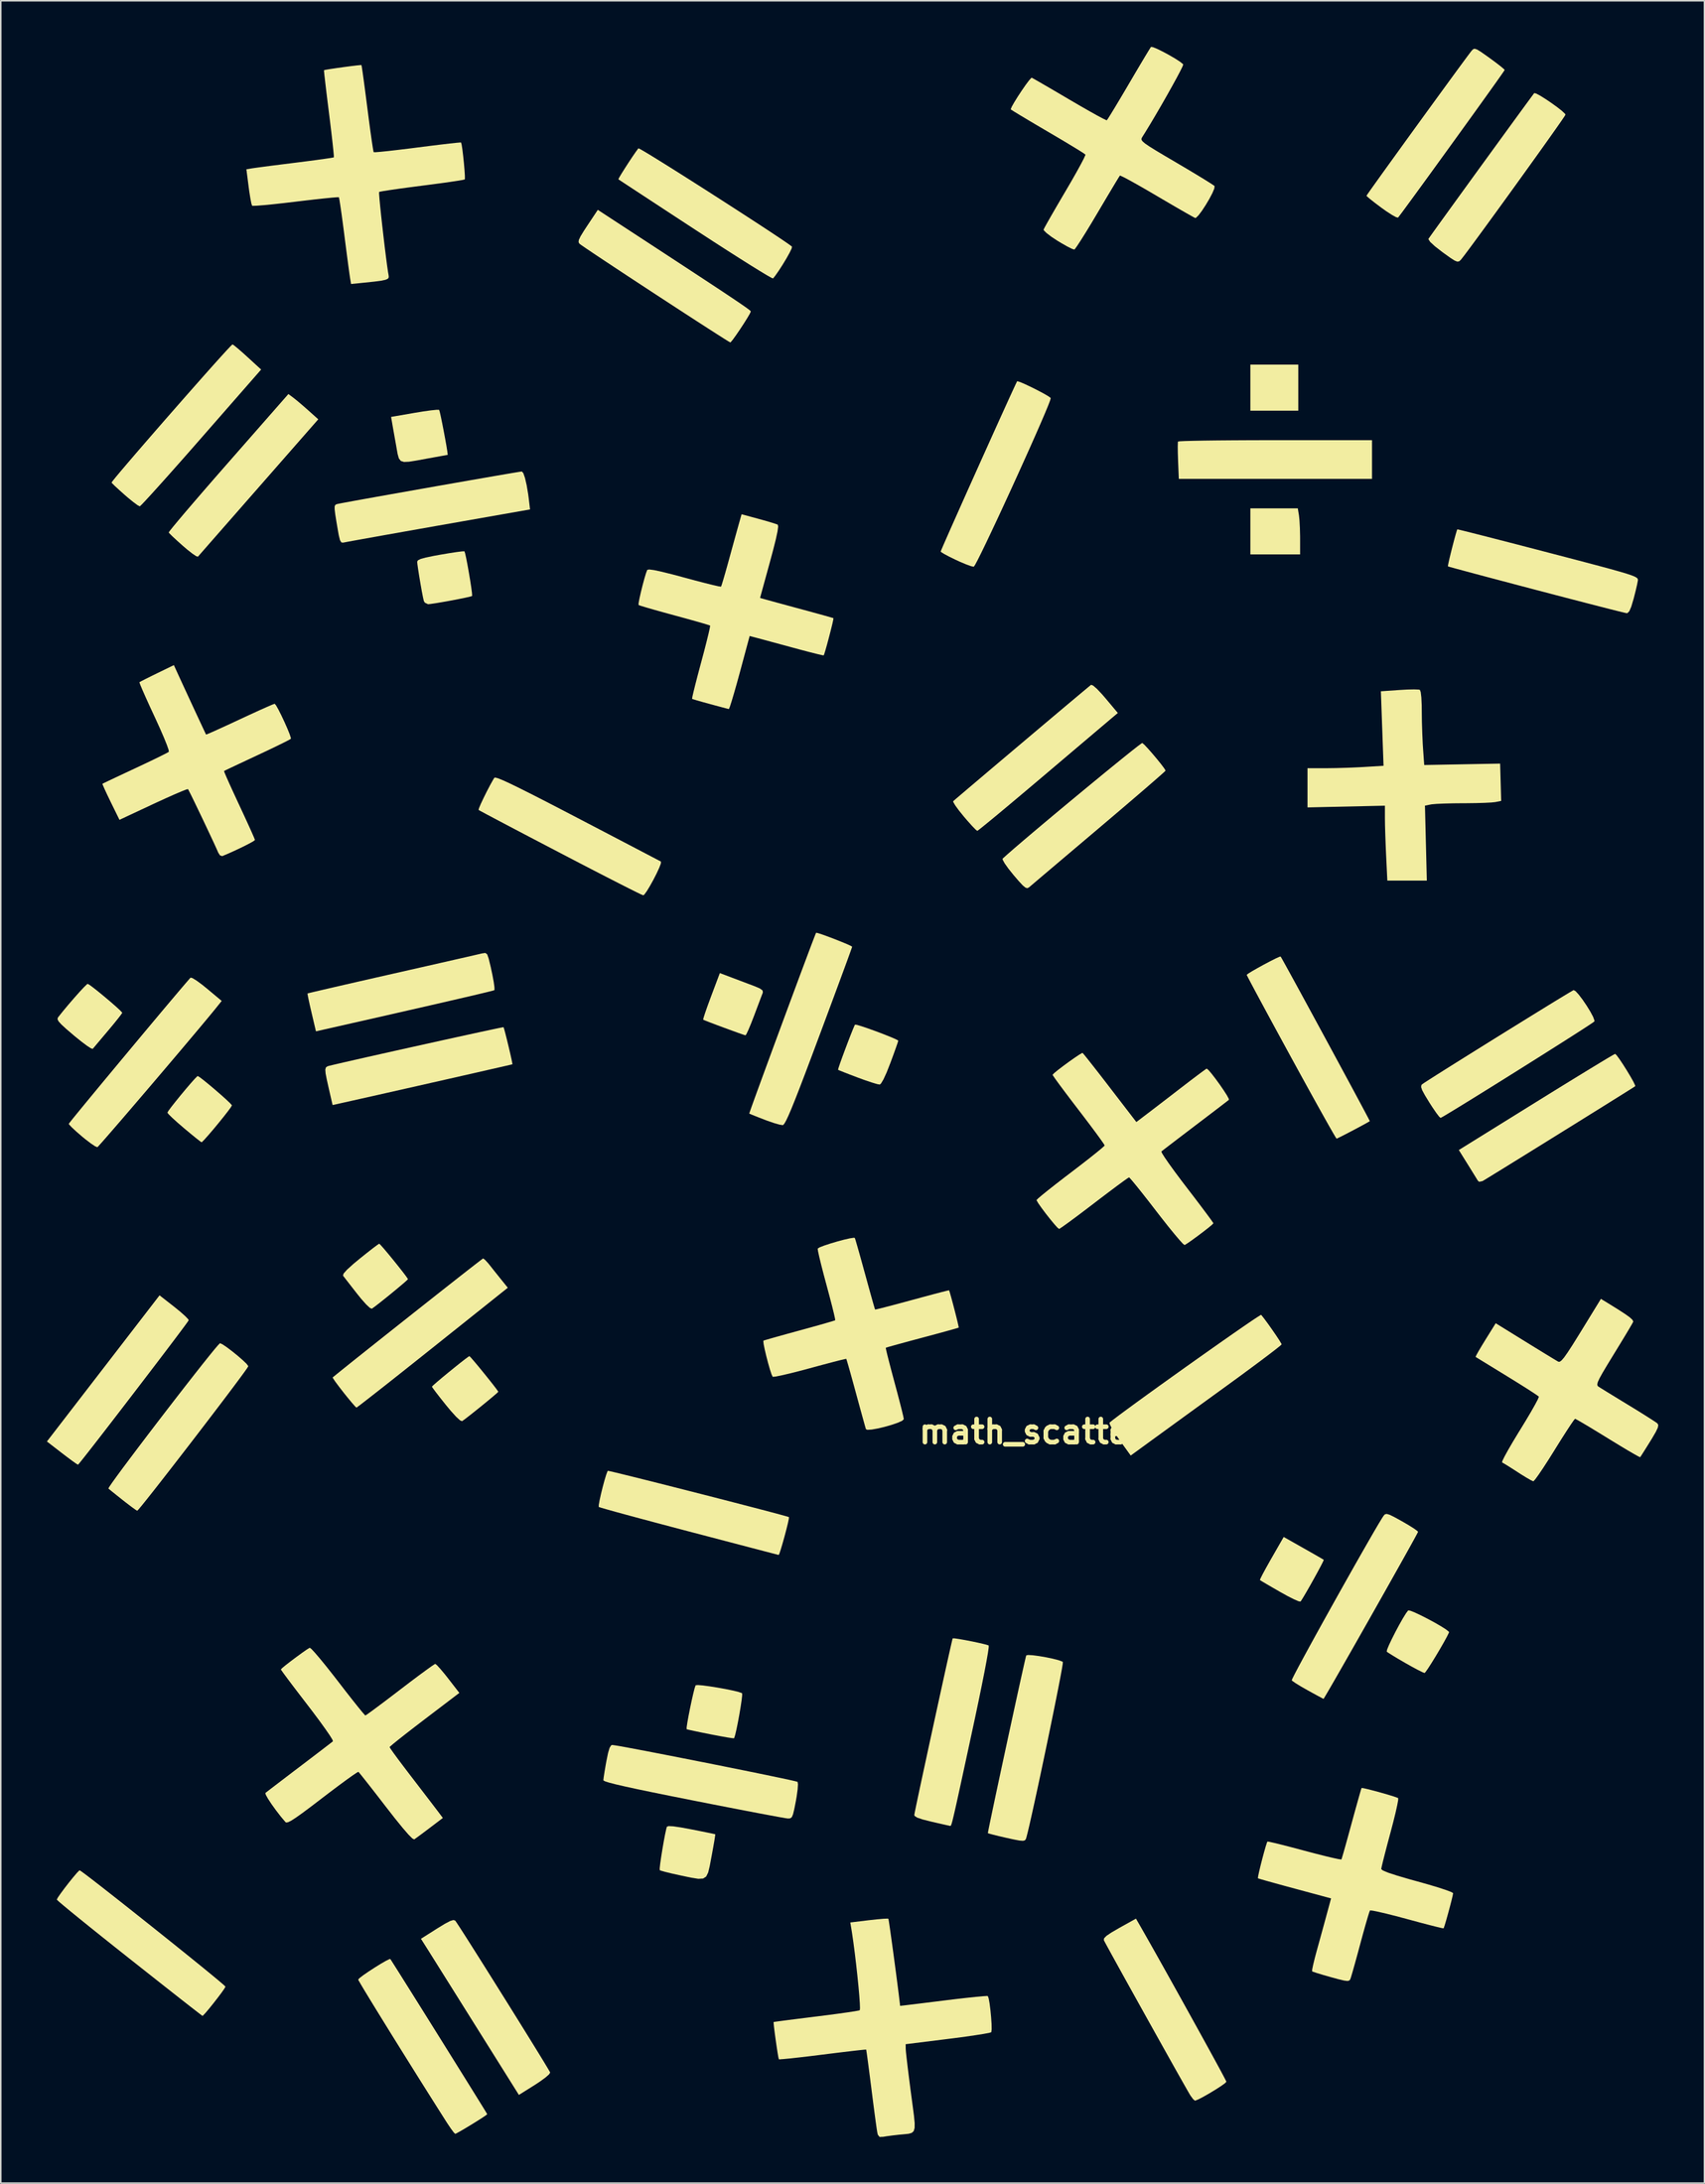
<source format=kicad_pcb>
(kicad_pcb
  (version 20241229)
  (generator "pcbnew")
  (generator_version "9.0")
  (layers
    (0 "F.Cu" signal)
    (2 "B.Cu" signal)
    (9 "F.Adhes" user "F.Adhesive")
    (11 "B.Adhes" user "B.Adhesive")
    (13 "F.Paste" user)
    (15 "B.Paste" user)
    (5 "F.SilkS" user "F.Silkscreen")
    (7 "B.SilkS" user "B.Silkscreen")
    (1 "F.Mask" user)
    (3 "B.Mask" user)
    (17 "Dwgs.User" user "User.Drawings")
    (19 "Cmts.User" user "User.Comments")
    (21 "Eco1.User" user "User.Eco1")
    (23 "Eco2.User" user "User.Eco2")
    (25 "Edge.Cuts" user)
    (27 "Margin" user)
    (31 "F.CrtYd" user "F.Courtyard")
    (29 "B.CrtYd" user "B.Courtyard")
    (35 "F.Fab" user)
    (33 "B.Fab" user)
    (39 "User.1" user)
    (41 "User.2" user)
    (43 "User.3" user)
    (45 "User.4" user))
  (footprint "math_scatter"
    (layer "F.Cu")
    (at 63.962 90.024)
    (property "Reference" "math_scatter" (at 0 0 0) (layer "F.SilkS") (effects (font (size 1.5 1.5) (thickness 0.3))))
    (attr board_only exclude_from_pos_files exclude_from_bom)
    (fp_poly (pts (xy 17.373 -67.873) (xy 17.373 -66.375) (xy 15.815 -66.375) (xy 14.258 -66.375) (xy 14.258 -67.873) (xy 14.258 -69.371) (xy 15.815 -69.371) (xy 17.373 -69.371)) (stroke (width 0) (type solid)) (fill yes) (layer "F.SilkS"))
    (fp_poly (pts (xy 17.416 -59.576) (xy 17.45 -59.245) (xy 17.477 -58.763) (xy 17.49 -58.223) (xy 17.491 -58.079) (xy 17.492 -57.03) (xy 15.875 -57.03) (xy 14.258 -57.03) (xy 14.258 -58.528) (xy 14.258 -60.025) (xy 15.799 -60.025) (xy 17.341 -60.025)) (stroke (width 0) (type solid)) (fill yes) (layer "F.SilkS"))
    (fp_poly (pts (xy 22.165 -63.2) (xy 22.165 -61.942) (xy 15.887 -61.942) (xy 9.608 -61.942) (xy 9.56 -63.111) (xy 9.543 -63.619) (xy 9.538 -64.035) (xy 9.545 -64.303) (xy 9.555 -64.369) (xy 9.68 -64.386) (xy 10.022 -64.402) (xy 10.559 -64.417) (xy 11.268 -64.43) (xy 12.128 -64.441) (xy 13.115 -64.449) (xy 14.208 -64.455) (xy 15.384 -64.458) (xy 15.882 -64.458) (xy 22.165 -64.458)) (stroke (width 0) (type solid)) (fill yes) (layer "F.SilkS"))
    (fp_poly (pts (xy -55.679 -8.111) (xy -55.28 -7.786) (xy -54.968 -7.507) (xy -54.781 -7.312) (xy -54.747 -7.243) (xy -54.824 -7.127) (xy -55.029 -6.845) (xy -55.347 -6.419) (xy -55.758 -5.872) (xy -56.247 -5.226) (xy -56.796 -4.503) (xy -57.389 -3.726) (xy -58.007 -2.917) (xy -58.635 -2.097) (xy -59.255 -1.29) (xy -59.85 -0.517) (xy -60.403 0.199) (xy -60.897 0.836) (xy -61.315 1.371) (xy -61.64 1.783) (xy -61.855 2.05) (xy -61.942 2.148) (xy -61.942 2.148) (xy -62.056 2.082) (xy -62.316 1.898) (xy -62.679 1.627) (xy -62.982 1.396) (xy -63.962 0.638) (xy -60.302 -4.113) (xy -56.642 -8.864)) (stroke (width 0) (type solid)) (fill yes) (layer "F.SilkS"))
    (fp_poly (pts (xy -19.427 -29.512) (xy -18.903 -29.314) (xy -18.358 -29.108) (xy -17.993 -28.971) (xy -17.624 -28.814) (xy -17.448 -28.685) (xy -17.428 -28.552) (xy -17.434 -28.533) (xy -17.507 -28.346) (xy -17.642 -27.988) (xy -17.821 -27.513) (xy -17.996 -27.047) (xy -18.193 -26.54) (xy -18.365 -26.128) (xy -18.493 -25.855) (xy -18.555 -25.766) (xy -18.691 -25.808) (xy -19.004 -25.917) (xy -19.447 -26.077) (xy -19.949 -26.261) (xy -20.468 -26.454) (xy -20.899 -26.618) (xy -21.194 -26.734) (xy -21.308 -26.785) (xy -21.284 -26.904) (xy -21.188 -27.204) (xy -21.035 -27.644) (xy -20.838 -28.18) (xy -20.787 -28.317) (xy -20.224 -29.813)) (stroke (width 0) (type solid)) (fill yes) (layer "F.SilkS"))
    (fp_poly (pts (xy 17.707 7.571) (xy 18.202 7.851) (xy 18.614 8.087) (xy 18.903 8.254) (xy 19.028 8.329) (xy 19.029 8.33) (xy 18.987 8.439) (xy 18.852 8.706) (xy 18.649 9.086) (xy 18.406 9.53) (xy 18.148 9.991) (xy 17.902 10.42) (xy 17.695 10.771) (xy 17.554 10.996) (xy 17.515 11.046) (xy 17.386 11.023) (xy 17.093 10.896) (xy 16.681 10.688) (xy 16.192 10.417) (xy 16.175 10.407) (xy 15.686 10.125) (xy 15.279 9.888) (xy 14.996 9.72) (xy 14.878 9.646) (xy 14.878 9.645) (xy 14.92 9.534) (xy 15.061 9.254) (xy 15.282 8.847) (xy 15.561 8.35) (xy 15.632 8.226) (xy 16.425 6.845)) (stroke (width 0) (type solid)) (fill yes) (layer "F.SilkS"))
    (fp_poly (pts (xy -38.478 -66.432) (xy -38.471 -66.428) (xy -38.43 -66.3) (xy -38.361 -65.997) (xy -38.273 -65.572) (xy -38.177 -65.081) (xy -38.083 -64.578) (xy -38 -64.116) (xy -37.941 -63.751) (xy -37.914 -63.535) (xy -37.917 -63.5) (xy -38.036 -63.48) (xy -38.343 -63.426) (xy -38.789 -63.345) (xy -39.248 -63.262) (xy -39.937 -63.135) (xy -40.427 -63.057) (xy -40.756 -63.043) (xy -40.964 -63.11) (xy -41.088 -63.276) (xy -41.167 -63.555) (xy -41.24 -63.966) (xy -41.268 -64.129) (xy -41.364 -64.663) (xy -41.45 -65.148) (xy -41.513 -65.507) (xy -41.529 -65.603) (xy -41.592 -65.969) (xy -40.067 -66.234) (xy -39.491 -66.328) (xy -39.003 -66.396) (xy -38.65 -66.432)) (stroke (width 0) (type solid)) (fill yes) (layer "F.SilkS"))
    (fp_poly (pts (xy -47.946 -67.218) (xy -47.692 -67.016) (xy -47.34 -66.717) (xy -46.976 -66.397) (xy -46.326 -65.814) (xy -50.2 -61.392) (xy -50.969 -60.515) (xy -51.689 -59.692) (xy -52.347 -58.941) (xy -52.926 -58.28) (xy -53.411 -57.726) (xy -53.786 -57.297) (xy -54.036 -57.011) (xy -54.146 -56.886) (xy -54.149 -56.882) (xy -54.264 -56.919) (xy -54.514 -57.087) (xy -54.858 -57.358) (xy -55.117 -57.58) (xy -55.5 -57.922) (xy -55.808 -58.208) (xy -56.001 -58.401) (xy -56.046 -58.458) (xy -55.976 -58.563) (xy -55.762 -58.831) (xy -55.42 -59.243) (xy -54.964 -59.783) (xy -54.409 -60.431) (xy -53.77 -61.172) (xy -53.063 -61.987) (xy -52.301 -62.858) (xy -52.173 -63.004) (xy -48.267 -67.458)) (stroke (width 0) (type solid)) (fill yes) (layer "F.SilkS"))
    (fp_poly (pts (xy -23.25 25.657) (xy -22.742 25.732) (xy -22.085 25.854) (xy -21.512 25.967) (xy -21.031 26.064) (xy -20.689 26.135) (xy -20.528 26.171) (xy -20.522 26.173) (xy -20.533 26.29) (xy -20.581 26.597) (xy -20.66 27.047) (xy -20.76 27.595) (xy -20.766 27.622) (xy -20.88 28.231) (xy -20.982 28.656) (xy -21.113 28.922) (xy -21.313 29.051) (xy -21.623 29.068) (xy -22.082 28.996) (xy -22.732 28.859) (xy -22.845 28.834) (xy -23.357 28.721) (xy -23.777 28.618) (xy -24.052 28.54) (xy -24.131 28.507) (xy -24.133 28.376) (xy -24.098 28.067) (xy -24.036 27.636) (xy -23.957 27.141) (xy -23.87 26.637) (xy -23.784 26.183) (xy -23.708 25.834) (xy -23.668 25.685) (xy -23.554 25.642)) (stroke (width 0) (type solid)) (fill yes) (layer "F.SilkS"))
    (fp_poly (pts (xy 24.648 11.637) (xy 24.936 11.75) (xy 25.328 11.934) (xy 25.776 12.162) (xy 26.232 12.408) (xy 26.645 12.647) (xy 26.968 12.852) (xy 27.151 12.997) (xy 27.174 13.044) (xy 27.04 13.318) (xy 26.83 13.702) (xy 26.573 14.149) (xy 26.298 14.611) (xy 26.032 15.043) (xy 25.804 15.398) (xy 25.642 15.627) (xy 25.58 15.69) (xy 25.432 15.632) (xy 25.126 15.479) (xy 24.71 15.254) (xy 24.341 15.046) (xy 23.872 14.773) (xy 23.481 14.537) (xy 23.213 14.367) (xy 23.121 14.3) (xy 23.144 14.171) (xy 23.261 13.884) (xy 23.448 13.489) (xy 23.677 13.035) (xy 23.924 12.572) (xy 24.163 12.149) (xy 24.368 11.816) (xy 24.513 11.622) (xy 24.514 11.621)) (stroke (width 0) (type solid)) (fill yes) (layer "F.SilkS"))
    (fp_poly (pts (xy -61.186 -29.041) (xy -60.927 -28.848) (xy -60.579 -28.572) (xy -60.188 -28.249) (xy -59.797 -27.918) (xy -59.451 -27.615) (xy -59.195 -27.378) (xy -59.072 -27.244) (xy -59.067 -27.231) (xy -59.14 -27.118) (xy -59.338 -26.861) (xy -59.631 -26.498) (xy -59.987 -26.071) (xy -60.353 -25.637) (xy -60.664 -25.268) (xy -60.886 -25.004) (xy -60.986 -24.886) (xy -61.102 -24.923) (xy -61.361 -25.091) (xy -61.727 -25.365) (xy -62.163 -25.717) (xy -62.225 -25.77) (xy -62.707 -26.182) (xy -63.025 -26.475) (xy -63.206 -26.675) (xy -63.273 -26.813) (xy -63.251 -26.917) (xy -63.233 -26.943) (xy -62.916 -27.34) (xy -62.555 -27.773) (xy -62.185 -28.202) (xy -61.841 -28.589) (xy -61.557 -28.894) (xy -61.368 -29.078) (xy -61.313 -29.114)) (stroke (width 0) (type solid)) (fill yes) (layer "F.SilkS"))
    (fp_poly (pts (xy -54.034 -23.046) (xy -53.775 -22.848) (xy -53.43 -22.567) (xy -53.042 -22.24) (xy -52.655 -21.904) (xy -52.313 -21.597) (xy -52.061 -21.358) (xy -51.942 -21.223) (xy -51.938 -21.212) (xy -52.01 -21.086) (xy -52.201 -20.825) (xy -52.477 -20.472) (xy -52.801 -20.071) (xy -53.138 -19.663) (xy -53.454 -19.294) (xy -53.711 -19.004) (xy -53.875 -18.838) (xy -53.912 -18.815) (xy -54.023 -18.89) (xy -54.278 -19.09) (xy -54.638 -19.384) (xy -55.053 -19.73) (xy -55.475 -20.094) (xy -55.82 -20.407) (xy -56.051 -20.634) (xy -56.132 -20.74) (xy -56.06 -20.864) (xy -55.868 -21.123) (xy -55.591 -21.474) (xy -55.267 -21.874) (xy -54.929 -22.28) (xy -54.614 -22.648) (xy -54.358 -22.935) (xy -54.196 -23.099) (xy -54.161 -23.121)) (stroke (width 0) (type solid)) (fill yes) (layer "F.SilkS"))
    (fp_poly (pts (xy -42.27 -12.133) (xy -42.065 -11.901) (xy -41.784 -11.568) (xy -41.464 -11.178) (xy -41.141 -10.776) (xy -40.849 -10.406) (xy -40.626 -10.112) (xy -40.507 -9.939) (xy -40.496 -9.914) (xy -40.583 -9.823) (xy -40.815 -9.62) (xy -41.149 -9.339) (xy -41.541 -9.015) (xy -41.949 -8.684) (xy -42.328 -8.382) (xy -42.637 -8.143) (xy -42.831 -8.003) (xy -42.846 -7.994) (xy -42.973 -8.049) (xy -43.212 -8.272) (xy -43.533 -8.634) (xy -43.796 -8.959) (xy -44.137 -9.396) (xy -44.428 -9.77) (xy -44.635 -10.037) (xy -44.717 -10.143) (xy -44.68 -10.279) (xy -44.451 -10.536) (xy -44.028 -10.918) (xy -43.624 -11.252) (xy -43.171 -11.615) (xy -42.786 -11.917) (xy -42.507 -12.127) (xy -42.37 -12.219) (xy -42.364 -12.221)) (stroke (width 0) (type solid)) (fill yes) (layer "F.SilkS"))
    (fp_poly (pts (xy -11.311 -26.446) (xy -11.016 -26.358) (xy -10.605 -26.22) (xy -10.13 -26.049) (xy -9.646 -25.867) (xy -9.204 -25.692) (xy -8.856 -25.545) (xy -8.656 -25.444) (xy -8.628 -25.417) (xy -8.668 -25.281) (xy -8.777 -24.967) (xy -8.937 -24.521) (xy -9.133 -23.989) (xy -9.143 -23.963) (xy -9.382 -23.355) (xy -9.589 -22.903) (xy -9.75 -22.633) (xy -9.83 -22.566) (xy -10.008 -22.599) (xy -10.355 -22.703) (xy -10.819 -22.86) (xy -11.258 -23.02) (xy -11.762 -23.212) (xy -12.175 -23.373) (xy -12.451 -23.484) (xy -12.542 -23.525) (xy -12.514 -23.641) (xy -12.418 -23.928) (xy -12.272 -24.336) (xy -12.095 -24.814) (xy -11.908 -25.31) (xy -11.729 -25.774) (xy -11.577 -26.154) (xy -11.472 -26.399) (xy -11.438 -26.462)) (stroke (width 0) (type solid)) (fill yes) (layer "F.SilkS"))
    (fp_poly (pts (xy -36.825 -57.233) (xy -36.779 -57.095) (xy -36.71 -56.782) (xy -36.626 -56.348) (xy -36.537 -55.85) (xy -36.452 -55.344) (xy -36.382 -54.888) (xy -36.336 -54.536) (xy -36.324 -54.346) (xy -36.328 -54.329) (xy -36.463 -54.286) (xy -36.776 -54.214) (xy -37.212 -54.126) (xy -37.711 -54.03) (xy -38.218 -53.939) (xy -38.674 -53.862) (xy -39.023 -53.811) (xy -39.193 -53.795) (xy -39.4 -53.895) (xy -39.464 -54.005) (xy -39.518 -54.237) (xy -39.594 -54.628) (xy -39.679 -55.109) (xy -39.764 -55.613) (xy -39.836 -56.07) (xy -39.884 -56.414) (xy -39.897 -56.559) (xy -39.846 -56.649) (xy -39.67 -56.736) (xy -39.34 -56.827) (xy -38.824 -56.934) (xy -38.385 -57.014) (xy -37.814 -57.111) (xy -37.333 -57.184) (xy -36.99 -57.227) (xy -36.83 -57.235)) (stroke (width 0) (type solid)) (fill yes) (layer "F.SilkS"))
    (fp_poly (pts (xy -36.413 -4.825) (xy -36.211 -4.593) (xy -35.932 -4.261) (xy -35.613 -3.871) (xy -35.288 -3.468) (xy -34.994 -3.097) (xy -34.766 -2.8) (xy -34.64 -2.623) (xy -34.625 -2.594) (xy -34.712 -2.506) (xy -34.944 -2.306) (xy -35.278 -2.027) (xy -35.67 -1.706) (xy -36.078 -1.377) (xy -36.457 -1.076) (xy -36.765 -0.837) (xy -36.959 -0.696) (xy -36.979 -0.683) (xy -37.111 -0.737) (xy -37.361 -0.966) (xy -37.707 -1.347) (xy -38.028 -1.733) (xy -38.379 -2.174) (xy -38.667 -2.545) (xy -38.863 -2.808) (xy -38.939 -2.924) (xy -38.939 -2.925) (xy -38.852 -3.016) (xy -38.619 -3.221) (xy -38.284 -3.505) (xy -37.888 -3.832) (xy -37.475 -4.168) (xy -37.088 -4.478) (xy -36.768 -4.727) (xy -36.559 -4.88) (xy -36.503 -4.912)) (stroke (width 0) (type solid)) (fill yes) (layer "F.SilkS"))
    (fp_poly (pts (xy -21.332 16.498) (xy -20.889 16.557) (xy -20.38 16.638) (xy -19.86 16.731) (xy -19.387 16.828) (xy -19.015 16.918) (xy -18.801 16.992) (xy -18.779 17.006) (xy -18.773 17.14) (xy -18.808 17.452) (xy -18.872 17.886) (xy -18.956 18.385) (xy -19.05 18.894) (xy -19.144 19.355) (xy -19.228 19.714) (xy -19.291 19.913) (xy -19.305 19.933) (xy -19.432 19.924) (xy -19.749 19.875) (xy -20.209 19.793) (xy -20.766 19.687) (xy -20.847 19.671) (xy -21.414 19.557) (xy -21.889 19.458) (xy -22.226 19.384) (xy -22.379 19.345) (xy -22.383 19.343) (xy -22.382 19.217) (xy -22.337 18.913) (xy -22.261 18.488) (xy -22.164 17.997) (xy -22.059 17.498) (xy -21.956 17.045) (xy -21.868 16.694) (xy -21.805 16.503) (xy -21.796 16.487) (xy -21.653 16.472)) (stroke (width 0) (type solid)) (fill yes) (layer "F.SilkS"))
    (fp_poly (pts (xy -37.43 31.781) (xy -37.426 31.786) (xy -37.331 31.92) (xy -37.126 32.232) (xy -36.827 32.697) (xy -36.449 33.291) (xy -36.007 33.99) (xy -35.516 34.768) (xy -34.992 35.603) (xy -34.45 36.469) (xy -33.904 37.342) (xy -33.371 38.198) (xy -32.865 39.013) (xy -32.402 39.761) (xy -31.996 40.42) (xy -31.664 40.963) (xy -31.42 41.368) (xy -31.279 41.609) (xy -31.251 41.665) (xy -31.329 41.787) (xy -31.573 41.999) (xy -31.94 42.265) (xy -32.248 42.467) (xy -33.286 43.119) (xy -36.077 38.662) (xy -36.677 37.705) (xy -37.251 36.789) (xy -37.783 35.94) (xy -38.259 35.182) (xy -38.662 34.539) (xy -38.978 34.036) (xy -39.19 33.698) (xy -39.26 33.587) (xy -39.652 32.968) (xy -38.607 32.305) (xy -38.104 31.997) (xy -37.762 31.816) (xy -37.548 31.749)) (stroke (width 0) (type solid)) (fill yes) (layer "F.SilkS"))
    (fp_poly (pts (xy -51.783 -70.607) (xy -51.531 -70.4) (xy -51.188 -70.1) (xy -50.929 -69.865) (xy -50.039 -69.05) (xy -53.924 -64.607) (xy -54.693 -63.729) (xy -55.417 -62.909) (xy -56.079 -62.163) (xy -56.665 -61.509) (xy -57.157 -60.964) (xy -57.542 -60.546) (xy -57.802 -60.272) (xy -57.924 -60.158) (xy -57.929 -60.156) (xy -58.066 -60.228) (xy -58.335 -60.425) (xy -58.688 -60.712) (xy -58.887 -60.883) (xy -59.257 -61.213) (xy -59.552 -61.485) (xy -59.728 -61.661) (xy -59.76 -61.701) (xy -59.69 -61.805) (xy -59.48 -62.066) (xy -59.147 -62.464) (xy -58.709 -62.979) (xy -58.186 -63.589) (xy -57.596 -64.272) (xy -56.957 -65.009) (xy -56.287 -65.778) (xy -55.604 -66.558) (xy -54.928 -67.329) (xy -54.276 -68.068) (xy -53.667 -68.756) (xy -53.119 -69.371) (xy -52.65 -69.892) (xy -52.28 -70.298) (xy -52.025 -70.569) (xy -51.905 -70.682) (xy -51.9 -70.685)) (stroke (width 0) (type solid)) (fill yes) (layer "F.SilkS"))
    (fp_poly (pts (xy -35.491 -11.176) (xy -35.289 -10.957) (xy -35.172 -10.813) (xy -34.875 -10.437) (xy -34.539 -10.017) (xy -34.413 -9.86) (xy -34.007 -9.357) (xy -38.893 -5.457) (xy -39.832 -4.709) (xy -40.714 -4.008) (xy -41.521 -3.368) (xy -42.237 -2.804) (xy -42.843 -2.329) (xy -43.322 -1.956) (xy -43.655 -1.7) (xy -43.826 -1.575) (xy -43.845 -1.564) (xy -43.942 -1.655) (xy -44.152 -1.895) (xy -44.441 -2.244) (xy -44.671 -2.531) (xy -44.983 -2.934) (xy -45.225 -3.26) (xy -45.366 -3.47) (xy -45.39 -3.526) (xy -45.08 -3.779) (xy -44.631 -4.141) (xy -44.065 -4.595) (xy -43.402 -5.124) (xy -42.663 -5.712) (xy -41.87 -6.342) (xy -41.044 -6.997) (xy -40.207 -7.66) (xy -39.378 -8.315) (xy -38.581 -8.945) (xy -37.835 -9.532) (xy -37.162 -10.061) (xy -36.584 -10.514) (xy -36.121 -10.874) (xy -35.795 -11.126) (xy -35.627 -11.251) (xy -35.609 -11.262)) (stroke (width 0) (type solid)) (fill yes) (layer "F.SilkS"))
    (fp_poly (pts (xy -35.347 -31.034) (xy -35.256 -30.774) (xy -35.239 -30.713) (xy -35.114 -30.199) (xy -35.005 -29.686) (xy -34.921 -29.231) (xy -34.874 -28.888) (xy -34.872 -28.713) (xy -34.877 -28.703) (xy -35.007 -28.664) (xy -35.368 -28.573) (xy -35.956 -28.432) (xy -36.768 -28.241) (xy -37.8 -28.002) (xy -39.05 -27.714) (xy -40.513 -27.38) (xy -42.187 -26.998) (xy -44.067 -26.572) (xy -46.032 -26.127) (xy -46.476 -26.027) (xy -46.762 -27.241) (xy -46.878 -27.745) (xy -46.967 -28.153) (xy -47.018 -28.415) (xy -47.026 -28.486) (xy -46.909 -28.518) (xy -46.58 -28.597) (xy -46.064 -28.718) (xy -45.383 -28.876) (xy -44.56 -29.066) (xy -43.617 -29.282) (xy -42.579 -29.519) (xy -41.504 -29.763) (xy -40.381 -30.018) (xy -39.322 -30.258) (xy -38.351 -30.479) (xy -37.493 -30.675) (xy -36.771 -30.839) (xy -36.212 -30.968) (xy -35.839 -31.054) (xy -35.681 -31.091) (xy -35.468 -31.122)) (stroke (width 0) (type solid)) (fill yes) (layer "F.SilkS"))
    (fp_poly (pts (xy 38.067 -24.467) (xy 38.249 -24.22) (xy 38.481 -23.873) (xy 38.731 -23.477) (xy 38.966 -23.085) (xy 39.154 -22.751) (xy 39.262 -22.525) (xy 39.273 -22.46) (xy 39.164 -22.387) (xy 38.874 -22.204) (xy 38.429 -21.924) (xy 37.853 -21.564) (xy 37.169 -21.136) (xy 36.401 -20.658) (xy 35.575 -20.143) (xy 34.713 -19.607) (xy 33.839 -19.064) (xy 32.979 -18.53) (xy 32.155 -18.019) (xy 31.392 -17.547) (xy 30.715 -17.128) (xy 30.146 -16.778) (xy 29.711 -16.51) (xy 29.433 -16.341) (xy 29.342 -16.288) (xy 29.126 -16.245) (xy 29.04 -16.324) (xy 28.939 -16.489) (xy 28.746 -16.801) (xy 28.496 -17.205) (xy 28.379 -17.392) (xy 27.808 -18.31) (xy 32.839 -21.436) (xy 33.832 -22.052) (xy 34.765 -22.628) (xy 35.616 -23.151) (xy 36.367 -23.61) (xy 36.997 -23.993) (xy 37.486 -24.287) (xy 37.814 -24.48) (xy 37.963 -24.56) (xy 37.968 -24.561)) (stroke (width 0) (type solid)) (fill yes) (layer "F.SilkS"))
    (fp_poly (pts (xy -32.995 -62.309) (xy -32.888 -61.998) (xy -32.78 -61.527) (xy -32.681 -60.938) (xy -32.636 -60.588) (xy -32.562 -59.956) (xy -38.536 -58.904) (xy -39.706 -58.697) (xy -40.808 -58.502) (xy -41.819 -58.322) (xy -42.715 -58.162) (xy -43.474 -58.025) (xy -44.071 -57.917) (xy -44.485 -57.84) (xy -44.691 -57.8) (xy -44.707 -57.796) (xy -44.824 -57.81) (xy -44.913 -57.957) (xy -44.994 -58.281) (xy -45.032 -58.494) (xy -45.147 -59.168) (xy -45.222 -59.642) (xy -45.26 -59.954) (xy -45.262 -60.14) (xy -45.228 -60.238) (xy -45.161 -60.285) (xy -45.092 -60.306) (xy -44.933 -60.34) (xy -44.568 -60.409) (xy -44.023 -60.509) (xy -43.328 -60.635) (xy -42.509 -60.782) (xy -41.593 -60.945) (xy -40.61 -61.119) (xy -39.585 -61.301) (xy -38.548 -61.484) (xy -37.525 -61.663) (xy -36.544 -61.835) (xy -35.633 -61.993) (xy -34.82 -62.134) (xy -34.131 -62.252) (xy -33.595 -62.343) (xy -33.239 -62.401) (xy -33.091 -62.422) (xy -33.091 -62.422)) (stroke (width 0) (type solid)) (fill yes) (layer "F.SilkS"))
    (fp_poly (pts (xy 15.157 -7.349) (xy 15.41 -7.007) (xy 15.684 -6.619) (xy 15.944 -6.241) (xy 16.153 -5.923) (xy 16.273 -5.719) (xy 16.29 -5.676) (xy 16.195 -5.584) (xy 15.927 -5.369) (xy 15.508 -5.046) (xy 14.959 -4.632) (xy 14.302 -4.143) (xy 13.559 -3.595) (xy 12.751 -3.006) (xy 12.736 -2.995) (xy 11.854 -2.355) (xy 10.972 -1.715) (xy 10.124 -1.099) (xy 9.344 -0.532) (xy 8.666 -0.039) (xy 8.124 0.355) (xy 7.834 0.566) (xy 6.481 1.551) (xy 5.742 0.527) (xy 5.448 0.098) (xy 5.23 -0.26) (xy 5.113 -0.506) (xy 5.107 -0.59) (xy 5.328 -0.768) (xy 5.706 -1.055) (xy 6.219 -1.435) (xy 6.843 -1.892) (xy 7.557 -2.41) (xy 8.338 -2.973) (xy 9.164 -3.565) (xy 10.012 -4.171) (xy 10.86 -4.773) (xy 11.686 -5.357) (xy 12.466 -5.906) (xy 13.18 -6.405) (xy 13.804 -6.837) (xy 14.315 -7.187) (xy 14.693 -7.438) (xy 14.913 -7.575) (xy 14.961 -7.595)) (stroke (width 0) (type solid)) (fill yes) (layer "F.SilkS"))
    (fp_poly (pts (xy -26.449 -78.316) (xy -24.95 -77.336) (xy -23.639 -76.478) (xy -22.505 -75.735) (xy -21.536 -75.099) (xy -20.719 -74.561) (xy -20.042 -74.114) (xy -19.494 -73.748) (xy -19.061 -73.457) (xy -18.732 -73.232) (xy -18.495 -73.065) (xy -18.337 -72.949) (xy -18.247 -72.873) (xy -18.213 -72.832) (xy -18.211 -72.826) (xy -18.273 -72.684) (xy -18.435 -72.406) (xy -18.662 -72.044) (xy -18.919 -71.652) (xy -19.171 -71.284) (xy -19.382 -70.991) (xy -19.518 -70.828) (xy -19.543 -70.811) (xy -19.656 -70.874) (xy -19.948 -71.056) (xy -20.401 -71.344) (xy -20.995 -71.725) (xy -21.711 -72.187) (xy -22.527 -72.716) (xy -23.425 -73.301) (xy -24.384 -73.927) (xy -24.396 -73.935) (xy -25.361 -74.568) (xy -26.268 -75.164) (xy -27.096 -75.711) (xy -27.826 -76.195) (xy -28.436 -76.602) (xy -28.906 -76.918) (xy -29.216 -77.131) (xy -29.345 -77.225) (xy -29.406 -77.326) (xy -29.391 -77.473) (xy -29.281 -77.707) (xy -29.061 -78.068) (xy -28.836 -78.41) (xy -28.156 -79.432)) (stroke (width 0) (type solid)) (fill yes) (layer "F.SilkS"))
    (fp_poly (pts (xy -54.504 -29.488) (xy -54.242 -29.328) (xy -53.884 -29.065) (xy -53.569 -28.811) (xy -52.603 -28.003) (xy -52.949 -27.57) (xy -53.224 -27.233) (xy -53.61 -26.767) (xy -54.09 -26.192) (xy -54.646 -25.531) (xy -55.259 -24.803) (xy -55.913 -24.031) (xy -56.589 -23.235) (xy -57.268 -22.437) (xy -57.934 -21.658) (xy -58.567 -20.918) (xy -59.15 -20.239) (xy -59.666 -19.642) (xy -60.095 -19.148) (xy -60.42 -18.778) (xy -60.622 -18.554) (xy -60.684 -18.493) (xy -60.823 -18.549) (xy -61.095 -18.73) (xy -61.455 -19.004) (xy -61.673 -19.182) (xy -62.049 -19.507) (xy -62.344 -19.781) (xy -62.515 -19.964) (xy -62.542 -20.013) (xy -62.467 -20.114) (xy -62.257 -20.379) (xy -61.926 -20.785) (xy -61.495 -21.311) (xy -60.979 -21.937) (xy -60.396 -22.642) (xy -59.763 -23.404) (xy -59.099 -24.203) (xy -58.42 -25.018) (xy -57.745 -25.827) (xy -57.089 -26.611) (xy -56.472 -27.347) (xy -55.91 -28.014) (xy -55.421 -28.593) (xy -55.022 -29.062) (xy -54.731 -29.399) (xy -54.628 -29.517)) (stroke (width 0) (type solid)) (fill yes) (layer "F.SilkS"))
    (fp_poly (pts (xy 4.04 -48.504) (xy 4.287 -48.289) (xy 4.619 -47.938) (xy 4.842 -47.679) (xy 5.644 -46.722) (xy 5.255 -46.395) (xy 5.084 -46.25) (xy 4.751 -45.968) (xy 4.276 -45.566) (xy 3.68 -45.061) (xy 2.983 -44.471) (xy 2.207 -43.813) (xy 1.371 -43.104) (xy 0.733 -42.563) (xy -0.12 -41.842) (xy -0.917 -41.171) (xy -1.64 -40.565) (xy -2.27 -40.04) (xy -2.79 -39.612) (xy -3.179 -39.296) (xy -3.419 -39.107) (xy -3.491 -39.058) (xy -3.602 -39.145) (xy -3.828 -39.377) (xy -4.132 -39.716) (xy -4.363 -39.986) (xy -4.681 -40.38) (xy -4.919 -40.706) (xy -5.048 -40.924) (xy -5.058 -40.988) (xy -4.876 -41.146) (xy -4.542 -41.43) (xy -4.079 -41.824) (xy -3.508 -42.308) (xy -2.851 -42.865) (xy -2.129 -43.476) (xy -1.364 -44.122) (xy -0.577 -44.786) (xy 0.209 -45.45) (xy 0.973 -46.094) (xy 1.693 -46.701) (xy 2.348 -47.253) (xy 2.917 -47.73) (xy 3.376 -48.115) (xy 3.706 -48.39) (xy 3.883 -48.536) (xy 3.907 -48.555)) (stroke (width 0) (type solid)) (fill yes) (layer "F.SilkS"))
    (fp_poly (pts (xy -34.242 -26.172) (xy -34.163 -25.878) (xy -34.061 -25.474) (xy -33.951 -25.019) (xy -33.846 -24.573) (xy -33.762 -24.196) (xy -33.713 -23.949) (xy -33.707 -23.884) (xy -33.822 -23.856) (xy -34.144 -23.781) (xy -34.645 -23.666) (xy -35.299 -23.517) (xy -36.076 -23.339) (xy -36.952 -23.14) (xy -37.897 -22.925) (xy -38.886 -22.701) (xy -39.89 -22.473) (xy -40.882 -22.249) (xy -41.836 -22.033) (xy -42.723 -21.833) (xy -43.517 -21.654) (xy -44.191 -21.503) (xy -44.716 -21.385) (xy -44.892 -21.346) (xy -45.394 -21.235) (xy -45.641 -22.308) (xy -45.773 -22.898) (xy -45.849 -23.295) (xy -45.868 -23.542) (xy -45.828 -23.681) (xy -45.73 -23.751) (xy -45.618 -23.785) (xy -45.233 -23.877) (xy -44.677 -24.006) (xy -43.978 -24.166) (xy -43.163 -24.351) (xy -42.26 -24.554) (xy -41.296 -24.77) (xy -40.297 -24.992) (xy -39.292 -25.215) (xy -38.308 -25.433) (xy -37.371 -25.639) (xy -36.51 -25.827) (xy -35.751 -25.992) (xy -35.122 -26.127) (xy -34.65 -26.227) (xy -34.363 -26.284) (xy -34.284 -26.296)) (stroke (width 0) (type solid)) (fill yes) (layer "F.SilkS"))
    (fp_poly (pts (xy 7.108 32.153) (xy 7.427 32.712) (xy 7.812 33.391) (xy 8.249 34.167) (xy 8.724 35.016) (xy 9.225 35.914) (xy 9.738 36.836) (xy 10.249 37.759) (xy 10.746 38.657) (xy 11.215 39.508) (xy 11.643 40.287) (xy 12.016 40.97) (xy 12.321 41.532) (xy 12.544 41.951) (xy 12.673 42.201) (xy 12.7 42.262) (xy 12.604 42.363) (xy 12.351 42.544) (xy 11.998 42.771) (xy 11.6 43.013) (xy 11.211 43.235) (xy 10.887 43.404) (xy 10.682 43.488) (xy 10.657 43.492) (xy 10.541 43.399) (xy 10.371 43.168) (xy 10.329 43.102) (xy 10.191 42.864) (xy 9.959 42.456) (xy 9.646 41.903) (xy 9.268 41.231) (xy 8.839 40.464) (xy 8.372 39.629) (xy 7.881 38.75) (xy 7.381 37.853) (xy 6.886 36.963) (xy 6.409 36.105) (xy 5.965 35.305) (xy 5.569 34.588) (xy 5.233 33.979) (xy 4.973 33.504) (xy 4.801 33.187) (xy 4.734 33.055) (xy 4.751 32.934) (xy 4.906 32.776) (xy 5.225 32.56) (xy 5.734 32.264) (xy 5.741 32.26) (xy 6.822 31.657)) (stroke (width 0) (type solid)) (fill yes) (layer "F.SilkS"))
    (fp_poly (pts (xy -25.406 -83.382) (xy -25.12 -83.217) (xy -24.68 -82.951) (xy -24.11 -82.599) (xy -23.433 -82.176) (xy -22.672 -81.697) (xy -21.853 -81.177) (xy -20.996 -80.631) (xy -20.127 -80.073) (xy -19.268 -79.52) (xy -18.443 -78.986) (xy -17.676 -78.487) (xy -16.989 -78.036) (xy -16.407 -77.649) (xy -15.953 -77.342) (xy -15.65 -77.129) (xy -15.534 -77.038) (xy -15.56 -76.914) (xy -15.69 -76.644) (xy -15.893 -76.28) (xy -16.138 -75.874) (xy -16.393 -75.478) (xy -16.628 -75.143) (xy -16.765 -74.972) (xy -16.878 -75.018) (xy -17.171 -75.184) (xy -17.626 -75.458) (xy -18.222 -75.827) (xy -18.94 -76.28) (xy -19.762 -76.804) (xy -20.667 -77.387) (xy -21.636 -78.018) (xy -21.811 -78.132) (xy -22.79 -78.772) (xy -23.706 -79.372) (xy -24.54 -79.919) (xy -25.274 -80.4) (xy -25.887 -80.802) (xy -26.361 -81.114) (xy -26.677 -81.322) (xy -26.814 -81.413) (xy -26.818 -81.416) (xy -26.772 -81.521) (xy -26.624 -81.771) (xy -26.408 -82.116) (xy -26.158 -82.504) (xy -25.907 -82.883) (xy -25.688 -83.201) (xy -25.536 -83.407) (xy -25.515 -83.431)) (stroke (width 0) (type solid)) (fill yes) (layer "F.SilkS"))
    (fp_poly (pts (xy 7.363 -44.663) (xy 7.592 -44.421) (xy 7.879 -44.095) (xy 8.18 -43.738) (xy 8.454 -43.399) (xy 8.656 -43.13) (xy 8.745 -42.982) (xy 8.746 -42.975) (xy 8.658 -42.886) (xy 8.404 -42.658) (xy 8.002 -42.306) (xy 7.471 -41.845) (xy 6.827 -41.292) (xy 6.09 -40.661) (xy 5.276 -39.968) (xy 4.404 -39.228) (xy 4.403 -39.227) (xy 3.523 -38.482) (xy 2.695 -37.781) (xy 1.938 -37.14) (xy 1.27 -36.574) (xy 0.71 -36.1) (xy 0.278 -35.733) (xy -0.009 -35.489) (xy -0.13 -35.386) (xy -0.233 -35.333) (xy -0.356 -35.366) (xy -0.534 -35.512) (xy -0.799 -35.796) (xy -1.136 -36.189) (xy -1.47 -36.605) (xy -1.713 -36.948) (xy -1.84 -37.179) (xy -1.844 -37.254) (xy -1.525 -37.541) (xy -1.073 -37.935) (xy -0.509 -38.418) (xy 0.145 -38.973) (xy 0.868 -39.582) (xy 1.638 -40.227) (xy 2.434 -40.89) (xy 3.235 -41.554) (xy 4.019 -42.201) (xy 4.764 -42.814) (xy 5.45 -43.373) (xy 6.055 -43.863) (xy 6.557 -44.265) (xy 6.935 -44.561) (xy 7.168 -44.734) (xy 7.234 -44.772)) (stroke (width 0) (type solid)) (fill yes) (layer "F.SilkS"))
    (fp_poly (pts (xy -41.567 34.399) (xy -41.38 34.694) (xy -41.096 35.142) (xy -40.732 35.722) (xy -40.301 36.408) (xy -39.819 37.177) (xy -39.3 38.006) (xy -38.76 38.871) (xy -38.212 39.748) (xy -37.672 40.614) (xy -37.154 41.445) (xy -36.673 42.217) (xy -36.245 42.907) (xy -35.883 43.49) (xy -35.602 43.944) (xy -35.418 44.245) (xy -35.345 44.369) (xy -35.344 44.371) (xy -35.439 44.45) (xy -35.687 44.617) (xy -36.036 44.839) (xy -36.433 45.084) (xy -36.823 45.319) (xy -37.154 45.511) (xy -37.372 45.628) (xy -37.427 45.648) (xy -37.522 45.554) (xy -37.707 45.305) (xy -37.947 44.948) (xy -38.017 44.839) (xy -38.578 43.955) (xy -39.168 43.021) (xy -39.774 42.058) (xy -40.381 41.088) (xy -40.977 40.133) (xy -41.549 39.214) (xy -42.081 38.353) (xy -42.563 37.572) (xy -42.979 36.892) (xy -43.317 36.336) (xy -43.562 35.924) (xy -43.703 35.678) (xy -43.731 35.618) (xy -43.638 35.517) (xy -43.394 35.331) (xy -43.051 35.095) (xy -42.659 34.84) (xy -42.271 34.599) (xy -41.938 34.407) (xy -41.712 34.295) (xy -41.644 34.283)) (stroke (width 0) (type solid)) (fill yes) (layer "F.SilkS"))
    (fp_poly (pts (xy -34.627 -42.472) (xy -34.328 -42.35) (xy -33.896 -42.153) (xy -33.319 -41.873) (xy -32.583 -41.505) (xy -31.674 -41.041) (xy -30.579 -40.475) (xy -29.461 -39.892) (xy -28.417 -39.347) (xy -27.437 -38.835) (xy -26.542 -38.367) (xy -25.752 -37.954) (xy -25.089 -37.606) (xy -24.572 -37.335) (xy -24.221 -37.151) (xy -24.059 -37.065) (xy -24.051 -37.06) (xy -24.058 -36.937) (xy -24.162 -36.663) (xy -24.333 -36.292) (xy -24.544 -35.879) (xy -24.767 -35.477) (xy -24.972 -35.139) (xy -25.131 -34.921) (xy -25.202 -34.869) (xy -25.333 -34.923) (xy -25.655 -35.079) (xy -26.147 -35.324) (xy -26.788 -35.649) (xy -27.558 -36.043) (xy -28.436 -36.495) (xy -29.401 -36.995) (xy -30.431 -37.532) (xy -30.594 -37.617) (xy -31.631 -38.159) (xy -32.602 -38.667) (xy -33.487 -39.132) (xy -34.265 -39.542) (xy -34.916 -39.886) (xy -35.42 -40.154) (xy -35.755 -40.334) (xy -35.902 -40.416) (xy -35.907 -40.42) (xy -35.877 -40.539) (xy -35.761 -40.814) (xy -35.585 -41.189) (xy -35.376 -41.611) (xy -35.161 -42.023) (xy -34.967 -42.371) (xy -34.882 -42.512) (xy -34.807 -42.523)) (stroke (width 0) (type solid)) (fill yes) (layer "F.SilkS"))
    (fp_poly (pts (xy 0.115 14.535) (xy 0.523 14.589) (xy 0.98 14.668) (xy 1.424 14.761) (xy 1.796 14.857) (xy 2.032 14.945) (xy 2.071 14.97) (xy 2.062 15.097) (xy 2.008 15.431) (xy 1.914 15.943) (xy 1.786 16.607) (xy 1.63 17.395) (xy 1.452 18.279) (xy 1.257 19.232) (xy 1.051 20.227) (xy 0.84 21.235) (xy 0.63 22.23) (xy 0.426 23.184) (xy 0.234 24.068) (xy 0.06 24.857) (xy -0.09 25.522) (xy -0.211 26.035) (xy -0.297 26.369) (xy -0.334 26.486) (xy -0.396 26.566) (xy -0.518 26.599) (xy -0.745 26.582) (xy -1.121 26.511) (xy -1.596 26.407) (xy -2.093 26.292) (xy -2.492 26.193) (xy -2.743 26.124) (xy -2.803 26.1) (xy -2.784 25.981) (xy -2.719 25.654) (xy -2.614 25.148) (xy -2.476 24.491) (xy -2.311 23.708) (xy -2.123 22.828) (xy -1.92 21.878) (xy -1.706 20.886) (xy -1.489 19.878) (xy -1.273 18.882) (xy -1.065 17.925) (xy -0.871 17.036) (xy -0.696 16.24) (xy -0.546 15.565) (xy -0.428 15.039) (xy -0.347 14.69) (xy -0.309 14.545) (xy -0.183 14.517)) (stroke (width 0) (type solid)) (fill yes) (layer "F.SilkS"))
    (fp_poly (pts (xy 35.396 -28.638) (xy 35.603 -28.412) (xy 35.855 -28.08) (xy 36.117 -27.694) (xy 36.356 -27.306) (xy 36.536 -26.968) (xy 36.622 -26.733) (xy 36.621 -26.673) (xy 36.515 -26.593) (xy 36.229 -26.402) (xy 35.788 -26.115) (xy 35.214 -25.747) (xy 34.532 -25.312) (xy 33.766 -24.827) (xy 32.94 -24.305) (xy 32.077 -23.762) (xy 31.202 -23.213) (xy 30.338 -22.672) (xy 29.509 -22.156) (xy 28.74 -21.678) (xy 28.053 -21.254) (xy 27.473 -20.899) (xy 27.025 -20.628) (xy 26.731 -20.455) (xy 26.621 -20.398) (xy 26.527 -20.48) (xy 26.339 -20.726) (xy 26.088 -21.093) (xy 25.893 -21.396) (xy 25.6 -21.876) (xy 25.426 -22.198) (xy 25.357 -22.403) (xy 25.374 -22.529) (xy 25.414 -22.578) (xy 25.547 -22.671) (xy 25.859 -22.873) (xy 26.325 -23.171) (xy 26.922 -23.548) (xy 27.623 -23.989) (xy 28.406 -24.479) (xy 29.244 -25.002) (xy 30.113 -25.544) (xy 30.989 -26.088) (xy 31.847 -26.619) (xy 32.662 -27.123) (xy 33.409 -27.583) (xy 34.063 -27.985) (xy 34.601 -28.312) (xy 34.997 -28.55) (xy 35.227 -28.684) (xy 35.27 -28.706)) (stroke (width 0) (type solid)) (fill yes) (layer "F.SilkS"))
    (fp_poly (pts (xy -61.721 28.589) (xy -61.442 28.794) (xy -61.021 29.116) (xy -60.48 29.536) (xy -59.84 30.037) (xy -59.123 30.601) (xy -58.351 31.212) (xy -57.545 31.853) (xy -56.727 32.505) (xy -55.92 33.151) (xy -55.143 33.775) (xy -54.42 34.359) (xy -53.772 34.885) (xy -53.221 35.337) (xy -52.787 35.697) (xy -52.494 35.947) (xy -52.363 36.071) (xy -52.358 36.08) (xy -52.427 36.207) (xy -52.608 36.465) (xy -52.863 36.804) (xy -53.15 37.173) (xy -53.432 37.523) (xy -53.669 37.802) (xy -53.82 37.961) (xy -53.851 37.98) (xy -53.949 37.908) (xy -54.218 37.701) (xy -54.639 37.374) (xy -55.194 36.94) (xy -55.864 36.413) (xy -56.633 35.808) (xy -57.482 35.138) (xy -58.393 34.418) (xy -58.605 34.251) (xy -59.528 33.519) (xy -60.391 32.831) (xy -61.176 32.201) (xy -61.866 31.643) (xy -62.443 31.172) (xy -62.888 30.803) (xy -63.185 30.55) (xy -63.316 30.427) (xy -63.32 30.419) (xy -63.251 30.285) (xy -63.07 30.022) (xy -62.817 29.68) (xy -62.53 29.309) (xy -62.249 28.961) (xy -62.014 28.685) (xy -61.864 28.532) (xy -61.836 28.516)) (stroke (width 0) (type solid)) (fill yes) (layer "F.SilkS"))
    (fp_poly (pts (xy -52.551 -5.679) (xy -52.273 -5.491) (xy -51.926 -5.229) (xy -51.562 -4.934) (xy -51.232 -4.647) (xy -50.986 -4.411) (xy -50.876 -4.265) (xy -50.874 -4.253) (xy -50.947 -4.132) (xy -51.15 -3.846) (xy -51.465 -3.417) (xy -51.874 -2.868) (xy -52.362 -2.22) (xy -52.911 -1.496) (xy -53.504 -0.718) (xy -54.124 0.092) (xy -54.753 0.911) (xy -55.376 1.717) (xy -55.974 2.489) (xy -56.53 3.203) (xy -57.028 3.839) (xy -57.45 4.372) (xy -57.78 4.782) (xy -58 5.046) (xy -58.093 5.142) (xy -58.094 5.142) (xy -58.215 5.068) (xy -58.477 4.878) (xy -58.833 4.606) (xy -59.029 4.453) (xy -59.416 4.145) (xy -59.732 3.891) (xy -59.929 3.729) (xy -59.967 3.695) (xy -59.911 3.588) (xy -59.725 3.315) (xy -59.424 2.897) (xy -59.027 2.357) (xy -58.549 1.718) (xy -58.008 1) (xy -57.42 0.225) (xy -56.803 -0.583) (xy -56.173 -1.403) (xy -55.548 -2.213) (xy -54.944 -2.991) (xy -54.378 -3.715) (xy -53.868 -4.362) (xy -53.43 -4.911) (xy -53.081 -5.34) (xy -52.838 -5.626) (xy -52.718 -5.748) (xy -52.711 -5.751)) (stroke (width 0) (type solid)) (fill yes) (layer "F.SilkS"))
    (fp_poly (pts (xy -27.387 2.566) (xy -27.062 2.641) (xy -26.559 2.763) (xy -25.904 2.924) (xy -25.124 3.119) (xy -24.246 3.339) (xy -23.297 3.58) (xy -22.303 3.833) (xy -21.29 4.091) (xy -20.287 4.349) (xy -19.319 4.599) (xy -18.412 4.834) (xy -17.595 5.047) (xy -16.893 5.232) (xy -16.334 5.382) (xy -15.944 5.49) (xy -15.749 5.549) (xy -15.732 5.556) (xy -15.743 5.679) (xy -15.805 5.971) (xy -15.905 6.374) (xy -16.025 6.829) (xy -16.151 7.278) (xy -16.266 7.664) (xy -16.354 7.929) (xy -16.399 8.014) (xy -16.526 7.982) (xy -16.863 7.895) (xy -17.387 7.759) (xy -18.075 7.579) (xy -18.906 7.361) (xy -19.856 7.112) (xy -20.904 6.837) (xy -22.028 6.543) (xy -22.247 6.485) (xy -23.382 6.186) (xy -24.446 5.903) (xy -25.417 5.643) (xy -26.273 5.412) (xy -26.99 5.216) (xy -27.546 5.06) (xy -27.92 4.952) (xy -28.088 4.897) (xy -28.095 4.893) (xy -28.093 4.759) (xy -28.039 4.456) (xy -27.949 4.047) (xy -27.837 3.593) (xy -27.719 3.156) (xy -27.61 2.797) (xy -27.527 2.578) (xy -27.506 2.545)) (stroke (width 0) (type solid)) (fill yes) (layer "F.SilkS"))
    (fp_poly (pts (xy -0.722 -68.242) (xy -0.407 -68.108) (xy -0.009 -67.921) (xy 0.415 -67.708) (xy 0.808 -67.5) (xy 1.113 -67.323) (xy 1.272 -67.209) (xy 1.283 -67.191) (xy 1.242 -67.039) (xy 1.112 -66.699) (xy 0.903 -66.195) (xy 0.628 -65.553) (xy 0.298 -64.799) (xy -0.075 -63.958) (xy -0.48 -63.056) (xy -0.905 -62.117) (xy -1.338 -61.167) (xy -1.769 -60.232) (xy -2.184 -59.337) (xy -2.574 -58.508) (xy -2.925 -57.769) (xy -3.227 -57.146) (xy -3.468 -56.665) (xy -3.636 -56.351) (xy -3.719 -56.23) (xy -3.721 -56.229) (xy -3.901 -56.268) (xy -4.237 -56.391) (xy -4.669 -56.574) (xy -4.882 -56.673) (xy -5.316 -56.885) (xy -5.653 -57.065) (xy -5.845 -57.187) (xy -5.871 -57.217) (xy -5.823 -57.338) (xy -5.689 -57.651) (xy -5.479 -58.13) (xy -5.205 -58.752) (xy -4.877 -59.489) (xy -4.508 -60.318) (xy -4.108 -61.214) (xy -3.688 -62.15) (xy -3.261 -63.102) (xy -2.836 -64.045) (xy -2.427 -64.954) (xy -2.043 -65.804) (xy -1.696 -66.568) (xy -1.398 -67.224) (xy -1.159 -67.744) (xy -0.992 -68.104) (xy -0.906 -68.279) (xy -0.898 -68.292)) (stroke (width 0) (type solid)) (fill yes) (layer "F.SilkS"))
    (fp_poly (pts (xy 16.305 -30.754) (xy 16.483 -30.435) (xy 16.746 -29.958) (xy 17.081 -29.347) (xy 17.475 -28.626) (xy 17.914 -27.819) (xy 18.386 -26.95) (xy 18.877 -26.045) (xy 19.375 -25.126) (xy 19.866 -24.217) (xy 20.337 -23.344) (xy 20.776 -22.531) (xy 21.168 -21.8) (xy 21.502 -21.177) (xy 21.763 -20.686) (xy 21.94 -20.351) (xy 22.018 -20.195) (xy 22.02 -20.187) (xy 21.89 -20.108) (xy 21.608 -19.952) (xy 21.231 -19.749) (xy 20.815 -19.529) (xy 20.416 -19.321) (xy 20.09 -19.156) (xy 19.893 -19.061) (xy 19.861 -19.05) (xy 19.792 -19.152) (xy 19.619 -19.445) (xy 19.355 -19.908) (xy 19.01 -20.522) (xy 18.594 -21.268) (xy 18.12 -22.124) (xy 17.598 -23.072) (xy 17.04 -24.091) (xy 16.905 -24.337) (xy 16.341 -25.372) (xy 15.813 -26.343) (xy 15.333 -27.229) (xy 14.911 -28.011) (xy 14.558 -28.668) (xy 14.285 -29.181) (xy 14.103 -29.528) (xy 14.023 -29.69) (xy 14.02 -29.699) (xy 14.118 -29.779) (xy 14.373 -29.937) (xy 14.733 -30.143) (xy 15.143 -30.369) (xy 15.551 -30.584) (xy 15.903 -30.762) (xy 16.145 -30.871) (xy 16.224 -30.891)) (stroke (width 0) (type solid)) (fill yes) (layer "F.SilkS"))
    (fp_poly (pts (xy 28.982 -89.861) (xy 29.225 -89.714) (xy 29.602 -89.45) (xy 29.806 -89.304) (xy 30.217 -89.001) (xy 30.544 -88.748) (xy 30.744 -88.577) (xy 30.787 -88.525) (xy 30.72 -88.421) (xy 30.528 -88.145) (xy 30.229 -87.721) (xy 29.837 -87.171) (xy 29.37 -86.519) (xy 28.844 -85.786) (xy 28.275 -84.996) (xy 27.68 -84.171) (xy 27.075 -83.333) (xy 26.477 -82.507) (xy 25.902 -81.713) (xy 25.366 -80.976) (xy 24.886 -80.317) (xy 24.478 -79.76) (xy 24.159 -79.326) (xy 23.944 -79.04) (xy 23.855 -78.926) (xy 23.73 -78.955) (xy 23.459 -79.104) (xy 23.087 -79.346) (xy 22.789 -79.558) (xy 22.378 -79.866) (xy 22.051 -80.123) (xy 21.85 -80.295) (xy 21.806 -80.348) (xy 21.874 -80.453) (xy 22.066 -80.728) (xy 22.367 -81.151) (xy 22.759 -81.699) (xy 23.227 -82.349) (xy 23.753 -83.078) (xy 24.32 -83.864) (xy 24.913 -84.683) (xy 25.515 -85.513) (xy 26.109 -86.33) (xy 26.679 -87.113) (xy 27.207 -87.837) (xy 27.678 -88.481) (xy 28.075 -89.021) (xy 28.381 -89.435) (xy 28.58 -89.699) (xy 28.632 -89.765) (xy 28.728 -89.869) (xy 28.831 -89.907)) (stroke (width 0) (type solid)) (fill yes) (layer "F.SilkS"))
    (fp_poly (pts (xy 32.832 -86.995) (xy 33.094 -86.856) (xy 33.442 -86.638) (xy 33.828 -86.378) (xy 34.2 -86.109) (xy 34.508 -85.867) (xy 34.701 -85.687) (xy 34.741 -85.62) (xy 34.674 -85.508) (xy 34.482 -85.225) (xy 34.182 -84.795) (xy 33.79 -84.24) (xy 33.324 -83.584) (xy 32.799 -82.849) (xy 32.232 -82.059) (xy 31.64 -81.236) (xy 31.039 -80.403) (xy 30.446 -79.584) (xy 29.877 -78.801) (xy 29.35 -78.078) (xy 28.88 -77.437) (xy 28.485 -76.901) (xy 28.18 -76.494) (xy 27.983 -76.239) (xy 27.925 -76.169) (xy 27.825 -76.083) (xy 27.709 -76.065) (xy 27.537 -76.133) (xy 27.267 -76.305) (xy 26.857 -76.599) (xy 26.74 -76.684) (xy 26.253 -77.062) (xy 25.947 -77.345) (xy 25.832 -77.522) (xy 25.838 -77.554) (xy 25.925 -77.678) (xy 26.135 -77.973) (xy 26.453 -78.415) (xy 26.861 -78.98) (xy 27.342 -79.646) (xy 27.88 -80.389) (xy 28.457 -81.186) (xy 29.057 -82.014) (xy 29.664 -82.849) (xy 30.259 -83.669) (xy 30.827 -84.45) (xy 31.35 -85.169) (xy 31.812 -85.802) (xy 32.196 -86.328) (xy 32.485 -86.721) (xy 32.661 -86.96) (xy 32.709 -87.022)) (stroke (width 0) (type solid)) (fill yes) (layer "F.SilkS"))
    (fp_poly (pts (xy -13.85 -32.413) (xy -13.567 -32.321) (xy -13.178 -32.18) (xy -12.739 -32.013) (xy -12.308 -31.841) (xy -11.94 -31.688) (xy -11.695 -31.574) (xy -11.624 -31.526) (xy -11.665 -31.403) (xy -11.782 -31.076) (xy -11.967 -30.567) (xy -12.213 -29.898) (xy -12.511 -29.091) (xy -12.854 -28.165) (xy -13.234 -27.143) (xy -13.642 -26.046) (xy -13.772 -25.7) (xy -14.27 -24.367) (xy -14.694 -23.244) (xy -15.049 -22.316) (xy -15.343 -21.565) (xy -15.58 -20.978) (xy -15.769 -20.538) (xy -15.915 -20.229) (xy -16.024 -20.036) (xy -16.103 -19.942) (xy -16.136 -19.928) (xy -16.344 -19.961) (xy -16.706 -20.064) (xy -17.156 -20.219) (xy -17.313 -20.279) (xy -17.751 -20.449) (xy -18.094 -20.586) (xy -18.288 -20.667) (xy -18.312 -20.679) (xy -18.277 -20.791) (xy -18.168 -21.102) (xy -17.994 -21.587) (xy -17.764 -22.22) (xy -17.488 -22.976) (xy -17.175 -23.829) (xy -16.835 -24.755) (xy -16.477 -25.727) (xy -16.11 -26.721) (xy -15.744 -27.71) (xy -15.388 -28.669) (xy -15.052 -29.574) (xy -14.744 -30.398) (xy -14.475 -31.117) (xy -14.254 -31.704) (xy -14.089 -32.134) (xy -13.991 -32.383) (xy -13.968 -32.434)) (stroke (width 0) (type solid)) (fill yes) (layer "F.SilkS"))
    (fp_poly (pts (xy 23.315 5.404) (xy 23.621 5.555) (xy 24.088 5.812) (xy 24.117 5.828) (xy 24.556 6.084) (xy 24.904 6.304) (xy 25.115 6.46) (xy 25.157 6.511) (xy 25.101 6.627) (xy 24.94 6.926) (xy 24.687 7.385) (xy 24.356 7.98) (xy 23.96 8.687) (xy 23.513 9.483) (xy 23.029 10.344) (xy 22.519 11.247) (xy 21.999 12.168) (xy 21.48 13.083) (xy 20.978 13.968) (xy 20.504 14.8) (xy 20.072 15.556) (xy 19.697 16.21) (xy 19.39 16.741) (xy 19.166 17.124) (xy 19.039 17.336) (xy 19.013 17.37) (xy 18.906 17.316) (xy 18.635 17.171) (xy 18.25 16.961) (xy 18.006 16.826) (xy 17.568 16.578) (xy 17.213 16.361) (xy 16.992 16.208) (xy 16.947 16.165) (xy 16.993 16.047) (xy 17.145 15.745) (xy 17.388 15.283) (xy 17.71 14.685) (xy 18.097 13.974) (xy 18.535 13.176) (xy 19.012 12.313) (xy 19.514 11.41) (xy 20.027 10.491) (xy 20.539 9.58) (xy 21.034 8.701) (xy 21.502 7.878) (xy 21.927 7.135) (xy 22.296 6.495) (xy 22.597 5.983) (xy 22.815 5.624) (xy 22.925 5.457) (xy 23.01 5.369) (xy 23.126 5.347)) (stroke (width 0) (type solid)) (fill yes) (layer "F.SilkS"))
    (fp_poly (pts (xy 25.192 -48.244) (xy 25.277 -48.226) (xy 25.331 -48.076) (xy 25.372 -47.729) (xy 25.396 -47.226) (xy 25.4 -46.858) (xy 25.408 -46.162) (xy 25.431 -45.403) (xy 25.463 -44.704) (xy 25.479 -44.452) (xy 25.558 -43.34) (xy 28.025 -43.386) (xy 30.492 -43.432) (xy 30.526 -42.219) (xy 30.56 -41.007) (xy 30.181 -40.931) (xy 29.925 -40.904) (xy 29.485 -40.881) (xy 28.917 -40.864) (xy 28.278 -40.856) (xy 28.096 -40.856) (xy 27.445 -40.85) (xy 26.849 -40.835) (xy 26.364 -40.813) (xy 26.047 -40.786) (xy 25.997 -40.777) (xy 25.606 -40.699) (xy 25.667 -38.261) (xy 25.728 -35.824) (xy 24.444 -35.824) (xy 23.161 -35.824) (xy 23.082 -37.46) (xy 23.052 -38.148) (xy 23.027 -38.832) (xy 23.01 -39.434) (xy 23.004 -39.877) (xy 23.004 -39.896) (xy 23.004 -40.696) (xy 20.488 -40.64) (xy 17.972 -40.584) (xy 17.972 -41.858) (xy 17.972 -43.132) (xy 19.151 -43.132) (xy 19.819 -43.141) (xy 20.596 -43.163) (xy 21.349 -43.196) (xy 21.622 -43.211) (xy 22.914 -43.29) (xy 22.828 -45.711) (xy 22.742 -48.132) (xy 23.948 -48.217) (xy 24.468 -48.246) (xy 24.902 -48.255)) (stroke (width 0) (type solid)) (fill yes) (layer "F.SilkS"))
    (fp_poly (pts (xy -27.045 20.391) (xy -26.667 20.455) (xy -26.113 20.556) (xy -25.412 20.688) (xy -24.589 20.846) (xy -23.673 21.024) (xy -22.69 21.217) (xy -21.667 21.419) (xy -20.632 21.625) (xy -19.612 21.83) (xy -18.635 22.027) (xy -17.726 22.213) (xy -16.914 22.381) (xy -16.226 22.525) (xy -15.688 22.641) (xy -15.329 22.723) (xy -15.175 22.766) (xy -15.172 22.768) (xy -15.147 22.923) (xy -15.169 23.259) (xy -15.233 23.725) (xy -15.283 24.013) (xy -15.386 24.54) (xy -15.467 24.874) (xy -15.545 25.058) (xy -15.642 25.135) (xy -15.776 25.148) (xy -15.807 25.147) (xy -15.983 25.122) (xy -16.37 25.054) (xy -16.944 24.948) (xy -17.681 24.81) (xy -18.558 24.642) (xy -19.55 24.45) (xy -20.634 24.239) (xy -21.785 24.012) (xy -21.954 23.979) (xy -23.385 23.694) (xy -24.592 23.449) (xy -25.586 23.242) (xy -26.38 23.069) (xy -26.986 22.929) (xy -27.415 22.818) (xy -27.679 22.734) (xy -27.79 22.674) (xy -27.795 22.662) (xy -27.775 22.476) (xy -27.72 22.119) (xy -27.641 21.654) (xy -27.601 21.433) (xy -27.491 20.893) (xy -27.392 20.558) (xy -27.292 20.396) (xy -27.22 20.368)) (stroke (width 0) (type solid)) (fill yes) (layer "F.SilkS"))
    (fp_poly (pts (xy -4.961 13.439) (xy -4.661 13.483) (xy -4.252 13.555) (xy -3.797 13.644) (xy -3.358 13.738) (xy -2.997 13.823) (xy -2.778 13.888) (xy -2.75 13.902) (xy -2.75 14.031) (xy -2.798 14.374) (xy -2.891 14.911) (xy -3.025 15.62) (xy -3.197 16.483) (xy -3.401 17.478) (xy -3.634 18.586) (xy -3.774 19.236) (xy -4.073 20.623) (xy -4.326 21.793) (xy -4.537 22.765) (xy -4.71 23.558) (xy -4.849 24.19) (xy -4.959 24.678) (xy -5.044 25.042) (xy -5.107 25.3) (xy -5.154 25.469) (xy -5.188 25.568) (xy -5.215 25.616) (xy -5.236 25.63) (xy -5.254 25.629) (xy -5.397 25.599) (xy -5.719 25.527) (xy -6.165 25.425) (xy -6.47 25.355) (xy -7.037 25.212) (xy -7.393 25.092) (xy -7.563 24.984) (xy -7.585 24.916) (xy -7.553 24.739) (xy -7.476 24.363) (xy -7.361 23.814) (xy -7.214 23.12) (xy -7.04 22.309) (xy -6.846 21.409) (xy -6.639 20.446) (xy -6.422 19.449) (xy -6.204 18.444) (xy -5.989 17.459) (xy -5.784 16.523) (xy -5.595 15.661) (xy -5.427 14.902) (xy -5.286 14.273) (xy -5.179 13.801) (xy -5.112 13.515) (xy -5.091 13.437)) (stroke (width 0) (type solid)) (fill yes) (layer "F.SilkS"))
    (fp_poly (pts (xy 27.827 -58.637) (xy 28.155 -58.557) (xy 28.67 -58.428) (xy 29.351 -58.255) (xy 30.177 -58.043) (xy 31.124 -57.799) (xy 32.172 -57.527) (xy 33.297 -57.234) (xy 33.607 -57.153) (xy 34.924 -56.809) (xy 36.027 -56.519) (xy 36.936 -56.278) (xy 37.669 -56.08) (xy 38.245 -55.918) (xy 38.682 -55.788) (xy 38.999 -55.684) (xy 39.216 -55.599) (xy 39.35 -55.527) (xy 39.421 -55.464) (xy 39.446 -55.403) (xy 39.445 -55.338) (xy 39.445 -55.336) (xy 39.398 -55.087) (xy 39.306 -54.687) (xy 39.186 -54.213) (xy 39.162 -54.125) (xy 39.015 -53.631) (xy 38.89 -53.34) (xy 38.771 -53.219) (xy 38.716 -53.211) (xy 38.564 -53.243) (xy 38.203 -53.331) (xy 37.658 -53.468) (xy 36.95 -53.649) (xy 36.103 -53.867) (xy 35.14 -54.117) (xy 34.084 -54.392) (xy 32.959 -54.687) (xy 32.828 -54.721) (xy 31.703 -55.017) (xy 30.65 -55.296) (xy 29.691 -55.55) (xy 28.85 -55.774) (xy 28.148 -55.963) (xy 27.607 -56.109) (xy 27.251 -56.207) (xy 27.101 -56.252) (xy 27.098 -56.253) (xy 27.113 -56.372) (xy 27.176 -56.662) (xy 27.272 -57.064) (xy 27.386 -57.518) (xy 27.502 -57.963) (xy 27.606 -58.342) (xy 27.681 -58.593) (xy 27.71 -58.661)) (stroke (width 0) (type solid)) (fill yes) (layer "F.SilkS"))
    (fp_poly (pts (xy -55.37 -49.089) (xy -55.134 -48.576) (xy -54.866 -47.996) (xy -54.585 -47.388) (xy -54.309 -46.793) (xy -54.056 -46.25) (xy -53.845 -45.798) (xy -53.694 -45.476) (xy -53.622 -45.326) (xy -53.618 -45.319) (xy -53.509 -45.359) (xy -53.215 -45.486) (xy -52.771 -45.686) (xy -52.208 -45.944) (xy -51.56 -46.245) (xy -51.425 -46.308) (xy -50.758 -46.618) (xy -50.165 -46.89) (xy -49.679 -47.107) (xy -49.335 -47.256) (xy -49.167 -47.32) (xy -49.158 -47.321) (xy -49.07 -47.218) (xy -48.918 -46.949) (xy -48.728 -46.572) (xy -48.526 -46.144) (xy -48.338 -45.72) (xy -48.191 -45.358) (xy -48.11 -45.114) (xy -48.106 -45.046) (xy -48.225 -44.973) (xy -48.528 -44.817) (xy -48.98 -44.594) (xy -49.549 -44.32) (xy -50.199 -44.014) (xy -50.286 -43.973) (xy -50.943 -43.666) (xy -51.521 -43.395) (xy -51.987 -43.175) (xy -52.307 -43.023) (xy -52.449 -42.953) (xy -52.452 -42.951) (xy -52.414 -42.839) (xy -52.289 -42.544) (xy -52.09 -42.097) (xy -51.832 -41.533) (xy -51.531 -40.883) (xy -51.464 -40.739) (xy -51.153 -40.071) (xy -50.88 -39.476) (xy -50.66 -38.989) (xy -50.509 -38.644) (xy -50.442 -38.474) (xy -50.441 -38.465) (xy -50.542 -38.385) (xy -50.812 -38.234) (xy -51.2 -38.036) (xy -51.656 -37.818) (xy -52.128 -37.603) (xy -52.566 -37.417) (xy -52.714 -37.467) (xy -52.825 -37.639) (xy -52.921 -37.859) (xy -53.091 -38.233) (xy -53.318 -38.719) (xy -53.58 -39.276) (xy -53.857 -39.862) (xy -54.132 -40.435) (xy -54.382 -40.955) (xy -54.589 -41.379) (xy -54.734 -41.666) (xy -54.794 -41.775) (xy -54.915 -41.744) (xy -55.219 -41.624) (xy -55.673 -41.43) (xy -56.243 -41.176) (xy -56.897 -40.876) (xy -57.05 -40.805) (xy -59.247 -39.776) (xy -59.816 -40.935) (xy -60.044 -41.408) (xy -60.223 -41.793) (xy -60.332 -42.045) (xy -60.355 -42.12) (xy -60.242 -42.177) (xy -59.946 -42.319) (xy -59.5 -42.53) (xy -58.938 -42.794) (xy -58.294 -43.096) (xy -58.228 -43.126) (xy -57.572 -43.435) (xy -56.989 -43.714) (xy -56.516 -43.946) (xy -56.188 -44.112) (xy -56.039 -44.197) (xy -56.036 -44.2) (xy -56.055 -44.332) (xy -56.165 -44.646) (xy -56.351 -45.108) (xy -56.601 -45.684) (xy -56.899 -46.34) (xy -56.967 -46.486) (xy -57.276 -47.152) (xy -57.543 -47.741) (xy -57.754 -48.219) (xy -57.895 -48.555) (xy -57.951 -48.714) (xy -57.95 -48.722) (xy -57.831 -48.789) (xy -57.543 -48.937) (xy -57.135 -49.14) (xy -56.809 -49.3) (xy -55.711 -49.834)) (stroke (width 0) (type solid)) (fill yes) (layer "F.SilkS"))
    (fp_poly (pts (xy -46.77 14.127) (xy -46.543 14.372) (xy -46.215 14.756) (xy -45.808 15.254) (xy -45.345 15.84) (xy -45.044 16.228) (xy -44.559 16.857) (xy -44.121 17.416) (xy -43.752 17.88) (xy -43.472 18.222) (xy -43.304 18.416) (xy -43.265 18.45) (xy -43.153 18.38) (xy -42.879 18.184) (xy -42.471 17.882) (xy -41.956 17.496) (xy -41.362 17.045) (xy -41.007 16.773) (xy -40.379 16.294) (xy -39.813 15.869) (xy -39.336 15.518) (xy -38.977 15.26) (xy -38.765 15.118) (xy -38.72 15.096) (xy -38.608 15.185) (xy -38.388 15.425) (xy -38.096 15.774) (xy -37.887 16.039) (xy -37.156 16.983) (xy -39.421 18.705) (xy -40.056 19.192) (xy -40.624 19.632) (xy -41.096 20.004) (xy -41.447 20.288) (xy -41.65 20.462) (xy -41.69 20.506) (xy -41.622 20.621) (xy -41.429 20.895) (xy -41.134 21.297) (xy -40.758 21.797) (xy -40.326 22.365) (xy -40.281 22.423) (xy -39.818 23.027) (xy -39.383 23.594) (xy -39.006 24.086) (xy -38.718 24.464) (xy -38.548 24.687) (xy -38.228 25.113) (xy -39.089 25.766) (xy -39.488 26.067) (xy -39.824 26.316) (xy -40.044 26.476) (xy -40.09 26.507) (xy -40.213 26.444) (xy -40.467 26.19) (xy -40.847 25.751) (xy -41.349 25.132) (xy -41.937 24.378) (xy -42.423 23.748) (xy -42.862 23.183) (xy -43.232 22.712) (xy -43.511 22.36) (xy -43.679 22.155) (xy -43.717 22.115) (xy -43.829 22.172) (xy -44.102 22.356) (xy -44.511 22.649) (xy -45.028 23.03) (xy -45.625 23.48) (xy -46.052 23.806) (xy -46.786 24.367) (xy -47.355 24.791) (xy -47.78 25.093) (xy -48.083 25.288) (xy -48.284 25.388) (xy -48.406 25.409) (xy -48.457 25.382) (xy -48.764 25.018) (xy -49.077 24.612) (xy -49.366 24.21) (xy -49.597 23.858) (xy -49.739 23.602) (xy -49.763 23.49) (xy -49.642 23.394) (xy -49.358 23.175) (xy -48.942 22.857) (xy -48.422 22.46) (xy -47.828 22.007) (xy -47.565 21.808) (xy -46.948 21.338) (xy -46.394 20.916) (xy -45.932 20.562) (xy -45.59 20.299) (xy -45.398 20.15) (xy -45.37 20.126) (xy -45.412 20.011) (xy -45.583 19.735) (xy -45.866 19.325) (xy -46.239 18.807) (xy -46.685 18.21) (xy -47.016 17.777) (xy -47.504 17.141) (xy -47.94 16.57) (xy -48.302 16.089) (xy -48.571 15.726) (xy -48.726 15.508) (xy -48.757 15.456) (xy -48.665 15.362) (xy -48.43 15.168) (xy -48.102 14.914) (xy -47.732 14.637) (xy -47.374 14.376) (xy -47.078 14.169) (xy -46.895 14.056) (xy -46.875 14.048)) (stroke (width 0) (type solid)) (fill yes) (layer "F.SilkS"))
    (fp_poly (pts (xy 37.482 -8.366) (xy 38.139 -7.959) (xy 38.611 -7.653) (xy 38.921 -7.431) (xy 39.09 -7.274) (xy 39.143 -7.167) (xy 39.138 -7.137) (xy 39.059 -6.991) (xy 38.875 -6.676) (xy 38.606 -6.226) (xy 38.272 -5.676) (xy 37.895 -5.059) (xy 37.876 -5.028) (xy 37.459 -4.345) (xy 37.156 -3.836) (xy 36.955 -3.473) (xy 36.842 -3.229) (xy 36.804 -3.074) (xy 36.827 -2.98) (xy 36.877 -2.933) (xy 37.044 -2.827) (xy 37.378 -2.62) (xy 37.839 -2.337) (xy 38.389 -2) (xy 38.819 -1.738) (xy 39.405 -1.379) (xy 39.926 -1.054) (xy 40.345 -0.787) (xy 40.623 -0.604) (xy 40.717 -0.535) (xy 40.771 -0.432) (xy 40.742 -0.263) (xy 40.613 0.011) (xy 40.369 0.43) (xy 40.256 0.614) (xy 39.988 1.044) (xy 39.769 1.391) (xy 39.629 1.609) (xy 39.594 1.659) (xy 39.485 1.612) (xy 39.203 1.456) (xy 38.781 1.21) (xy 38.248 0.89) (xy 37.637 0.517) (xy 37.498 0.431) (xy 36.87 0.046) (xy 36.312 -0.293) (xy 35.855 -0.565) (xy 35.531 -0.752) (xy 35.373 -0.835) (xy 35.363 -0.838) (xy 35.279 -0.74) (xy 35.091 -0.469) (xy 34.818 -0.054) (xy 34.481 0.473) (xy 34.1 1.082) (xy 34.028 1.199) (xy 33.639 1.819) (xy 33.286 2.363) (xy 32.992 2.798) (xy 32.776 3.095) (xy 32.659 3.223) (xy 32.65 3.226) (xy 32.501 3.16) (xy 32.206 2.991) (xy 31.817 2.751) (xy 31.63 2.629) (xy 31.217 2.363) (xy 30.876 2.149) (xy 30.659 2.021) (xy 30.617 2.001) (xy 30.642 1.892) (xy 30.779 1.612) (xy 31.01 1.191) (xy 31.319 0.66) (xy 31.688 0.049) (xy 31.786 -0.108) (xy 32.171 -0.739) (xy 32.504 -1.301) (xy 32.766 -1.764) (xy 32.941 -2.096) (xy 33.009 -2.265) (xy 33.008 -2.277) (xy 32.891 -2.368) (xy 32.601 -2.562) (xy 32.171 -2.839) (xy 31.633 -3.177) (xy 31.019 -3.557) (xy 30.94 -3.606) (xy 30.322 -3.985) (xy 29.778 -4.319) (xy 29.338 -4.589) (xy 29.035 -4.775) (xy 28.901 -4.858) (xy 28.897 -4.861) (xy 28.941 -4.966) (xy 29.088 -5.231) (xy 29.315 -5.613) (xy 29.532 -5.968) (xy 30.204 -7.049) (xy 32.143 -5.85) (xy 32.762 -5.468) (xy 33.321 -5.125) (xy 33.783 -4.843) (xy 34.113 -4.643) (xy 34.275 -4.548) (xy 34.276 -4.547) (xy 34.363 -4.544) (xy 34.482 -4.629) (xy 34.651 -4.825) (xy 34.884 -5.156) (xy 35.2 -5.642) (xy 35.614 -6.306) (xy 35.757 -6.538) (xy 37.043 -8.633)) (stroke (width 0) (type solid)) (fill yes) (layer "F.SilkS"))
    (fp_poly (pts (xy -17.702 -59.341) (xy -17.208 -59.203) (xy -16.797 -59.081) (xy -16.526 -58.992) (xy -16.459 -58.964) (xy -16.434 -58.839) (xy -16.476 -58.524) (xy -16.586 -58.01) (xy -16.769 -57.285) (xy -16.966 -56.551) (xy -17.16 -55.844) (xy -17.331 -55.221) (xy -17.469 -54.718) (xy -17.565 -54.37) (xy -17.608 -54.21) (xy -17.61 -54.203) (xy -17.501 -54.17) (xy -17.194 -54.084) (xy -16.725 -53.955) (xy -16.126 -53.792) (xy -15.434 -53.604) (xy -15.246 -53.553) (xy -14.531 -53.36) (xy -13.899 -53.187) (xy -13.385 -53.045) (xy -13.024 -52.942) (xy -12.85 -52.89) (xy -12.84 -52.886) (xy -12.855 -52.77) (xy -12.919 -52.482) (xy -13.018 -52.082) (xy -13.135 -51.629) (xy -13.255 -51.181) (xy -13.363 -50.799) (xy -13.442 -50.542) (xy -13.474 -50.467) (xy -13.594 -50.485) (xy -13.908 -50.559) (xy -14.377 -50.677) (xy -14.963 -50.831) (xy -15.529 -50.984) (xy -16.218 -51.171) (xy -16.85 -51.342) (xy -17.379 -51.486) (xy -17.759 -51.588) (xy -17.92 -51.631) (xy -18.287 -51.727) (xy -18.928 -49.346) (xy -19.124 -48.633) (xy -19.303 -48.006) (xy -19.453 -47.5) (xy -19.566 -47.148) (xy -19.632 -46.985) (xy -19.64 -46.978) (xy -19.778 -47.012) (xy -20.094 -47.095) (xy -20.534 -47.213) (xy -20.847 -47.298) (xy -21.335 -47.432) (xy -21.727 -47.544) (xy -21.973 -47.619) (xy -22.029 -47.64) (xy -22.013 -47.76) (xy -21.941 -48.076) (xy -21.823 -48.553) (xy -21.668 -49.156) (xy -21.483 -49.851) (xy -21.439 -50.014) (xy -21.249 -50.725) (xy -21.088 -51.354) (xy -20.962 -51.866) (xy -20.881 -52.225) (xy -20.854 -52.396) (xy -20.856 -52.405) (xy -20.982 -52.45) (xy -21.304 -52.547) (xy -21.785 -52.685) (xy -22.389 -52.854) (xy -23.081 -53.043) (xy -23.178 -53.069) (xy -23.879 -53.261) (xy -24.498 -53.434) (xy -25 -53.579) (xy -25.346 -53.684) (xy -25.503 -53.74) (xy -25.507 -53.743) (xy -25.503 -53.874) (xy -25.447 -54.173) (xy -25.356 -54.578) (xy -25.245 -55.027) (xy -25.129 -55.458) (xy -25.024 -55.809) (xy -24.945 -56.017) (xy -24.94 -56.027) (xy -24.816 -56.052) (xy -24.504 -56.012) (xy -23.996 -55.903) (xy -23.278 -55.724) (xy -22.529 -55.523) (xy -21.819 -55.332) (xy -21.192 -55.169) (xy -20.682 -55.042) (xy -20.325 -54.96) (xy -20.156 -54.933) (xy -20.147 -54.934) (xy -20.1 -55.061) (xy -20.003 -55.378) (xy -19.868 -55.842) (xy -19.708 -56.412) (xy -19.63 -56.696) (xy -19.447 -57.362) (xy -19.271 -58) (xy -19.119 -58.549) (xy -19.008 -58.947) (xy -18.986 -59.025) (xy -18.811 -59.642)) (stroke (width 0) (type solid)) (fill yes) (layer "F.SilkS"))
    (fp_poly (pts (xy 21.61 23.177) (xy 21.902 23.244) (xy 22.304 23.347) (xy 22.756 23.471) (xy 23.198 23.598) (xy 23.569 23.712) (xy 23.81 23.797) (xy 23.867 23.825) (xy 23.864 23.96) (xy 23.803 24.288) (xy 23.695 24.773) (xy 23.546 25.376) (xy 23.366 26.062) (xy 23.358 26.091) (xy 23.171 26.786) (xy 23.009 27.408) (xy 22.88 27.916) (xy 22.795 28.272) (xy 22.764 28.437) (xy 22.764 28.438) (xy 22.881 28.533) (xy 23.233 28.677) (xy 23.818 28.867) (xy 24.635 29.106) (xy 25.1 29.234) (xy 25.808 29.433) (xy 26.43 29.619) (xy 26.93 29.782) (xy 27.276 29.91) (xy 27.431 29.992) (xy 27.437 30.002) (xy 27.407 30.166) (xy 27.33 30.488) (xy 27.222 30.906) (xy 27.1 31.356) (xy 26.982 31.777) (xy 26.884 32.105) (xy 26.823 32.278) (xy 26.816 32.289) (xy 26.694 32.27) (xy 26.377 32.195) (xy 25.899 32.074) (xy 25.295 31.916) (xy 24.601 31.728) (xy 24.442 31.685) (xy 23.73 31.495) (xy 23.099 31.335) (xy 22.583 31.215) (xy 22.219 31.141) (xy 22.042 31.123) (xy 22.032 31.128) (xy 21.979 31.265) (xy 21.877 31.596) (xy 21.736 32.082) (xy 21.568 32.684) (xy 21.399 33.308) (xy 21.214 33.993) (xy 21.045 34.606) (xy 20.904 35.106) (xy 20.802 35.452) (xy 20.753 35.598) (xy 20.692 35.679) (xy 20.574 35.71) (xy 20.355 35.684) (xy 19.99 35.598) (xy 19.494 35.463) (xy 18.998 35.321) (xy 18.595 35.199) (xy 18.337 35.113) (xy 18.27 35.083) (xy 18.279 34.954) (xy 18.343 34.644) (xy 18.451 34.202) (xy 18.564 33.78) (xy 18.75 33.106) (xy 18.953 32.367) (xy 19.14 31.684) (xy 19.207 31.436) (xy 19.504 30.342) (xy 17.15 29.707) (xy 16.437 29.514) (xy 15.806 29.34) (xy 15.292 29.197) (xy 14.931 29.093) (xy 14.758 29.04) (xy 14.749 29.035) (xy 14.76 28.915) (xy 14.821 28.625) (xy 14.917 28.223) (xy 15.032 27.771) (xy 15.151 27.328) (xy 15.258 26.954) (xy 15.338 26.708) (xy 15.367 26.647) (xy 15.49 26.664) (xy 15.809 26.736) (xy 16.289 26.853) (xy 16.896 27.009) (xy 17.593 27.193) (xy 17.773 27.242) (xy 18.487 27.43) (xy 19.118 27.59) (xy 19.632 27.712) (xy 19.994 27.789) (xy 20.168 27.811) (xy 20.179 27.808) (xy 20.221 27.675) (xy 20.317 27.348) (xy 20.454 26.862) (xy 20.622 26.254) (xy 20.812 25.56) (xy 20.838 25.465) (xy 21.029 24.766) (xy 21.2 24.151) (xy 21.339 23.656) (xy 21.437 23.316) (xy 21.484 23.167) (xy 21.486 23.164)) (stroke (width 0) (type solid)) (fill yes) (layer "F.SilkS"))
    (fp_poly (pts (xy -9.271 31.665) (xy -9.246 31.787) (xy -9.197 32.107) (xy -9.128 32.586) (xy -9.045 33.183) (xy -8.952 33.86) (xy -8.856 34.576) (xy -8.761 35.293) (xy -8.673 35.97) (xy -8.597 36.568) (xy -8.539 37.048) (xy -8.507 37.328) (xy -8.394 37.316) (xy -8.075 37.278) (xy -7.584 37.219) (xy -6.953 37.141) (xy -6.215 37.05) (xy -5.686 36.984) (xy -4.892 36.887) (xy -4.179 36.806) (xy -3.582 36.743) (xy -3.133 36.702) (xy -2.866 36.686) (xy -2.806 36.691) (xy -2.75 36.85) (xy -2.691 37.177) (xy -2.637 37.606) (xy -2.592 38.071) (xy -2.563 38.508) (xy -2.557 38.851) (xy -2.579 39.034) (xy -2.586 39.045) (xy -2.732 39.087) (xy -3.081 39.151) (xy -3.597 39.233) (xy -4.246 39.327) (xy -4.993 39.427) (xy -5.421 39.481) (xy -8.147 39.821) (xy -8.143 40.129) (xy -8.127 40.336) (xy -8.083 40.741) (xy -8.017 41.304) (xy -7.933 41.983) (xy -7.836 42.74) (xy -7.804 42.981) (xy -7.69 43.835) (xy -7.606 44.481) (xy -7.561 44.949) (xy -7.565 45.269) (xy -7.625 45.471) (xy -7.75 45.585) (xy -7.948 45.643) (xy -8.228 45.673) (xy -8.567 45.703) (xy -9.015 45.754) (xy -9.413 45.808) (xy -9.604 45.84) (xy -9.841 45.85) (xy -9.953 45.711) (xy -9.989 45.565) (xy -10.024 45.348) (xy -10.083 44.933) (xy -10.16 44.363) (xy -10.25 43.679) (xy -10.347 42.921) (xy -10.373 42.713) (xy -10.468 41.966) (xy -10.554 41.305) (xy -10.626 40.764) (xy -10.679 40.38) (xy -10.71 40.185) (xy -10.714 40.169) (xy -10.834 40.176) (xy -11.159 40.209) (xy -11.656 40.266) (xy -12.29 40.341) (xy -13.03 40.432) (xy -13.539 40.496) (xy -14.329 40.594) (xy -15.038 40.677) (xy -15.63 40.743) (xy -16.073 40.786) (xy -16.333 40.805) (xy -16.388 40.802) (xy -16.419 40.676) (xy -16.471 40.376) (xy -16.534 39.963) (xy -16.6 39.5) (xy -16.661 39.05) (xy -16.707 38.673) (xy -16.73 38.433) (xy -16.729 38.38) (xy -16.611 38.36) (xy -16.289 38.316) (xy -15.795 38.251) (xy -15.165 38.171) (xy -14.43 38.079) (xy -13.982 38.023) (xy -13.195 37.924) (xy -12.487 37.83) (xy -11.893 37.746) (xy -11.446 37.678) (xy -11.184 37.63) (xy -11.131 37.614) (xy -11.115 37.482) (xy -11.126 37.152) (xy -11.161 36.662) (xy -11.215 36.052) (xy -11.285 35.361) (xy -11.366 34.627) (xy -11.454 33.889) (xy -11.546 33.188) (xy -11.637 32.561) (xy -11.683 32.278) (xy -11.745 31.907) (xy -10.534 31.76) (xy -10.023 31.704) (xy -9.607 31.668) (xy -9.341 31.656)) (stroke (width 0) (type solid)) (fill yes) (layer "F.SilkS"))
    (fp_poly (pts (xy 3.446 -24.517) (xy 3.664 -24.248) (xy 3.983 -23.843) (xy 4.385 -23.33) (xy 4.846 -22.734) (xy 5.141 -22.35) (xy 6.848 -20.129) (xy 7.587 -20.692) (xy 7.95 -20.969) (xy 8.447 -21.35) (xy 9.022 -21.792) (xy 9.618 -22.252) (xy 9.848 -22.429) (xy 10.365 -22.826) (xy 10.813 -23.165) (xy 11.159 -23.423) (xy 11.371 -23.574) (xy 11.42 -23.603) (xy 11.533 -23.513) (xy 11.736 -23.277) (xy 11.992 -22.945) (xy 12.268 -22.566) (xy 12.527 -22.189) (xy 12.734 -21.866) (xy 12.853 -21.644) (xy 12.865 -21.576) (xy 12.742 -21.479) (xy 12.458 -21.26) (xy 12.041 -20.94) (xy 11.52 -20.543) (xy 10.925 -20.09) (xy 10.663 -19.891) (xy 10.047 -19.422) (xy 9.493 -19) (xy 9.032 -18.647) (xy 8.692 -18.386) (xy 8.502 -18.238) (xy 8.474 -18.215) (xy 8.517 -18.102) (xy 8.69 -17.827) (xy 8.973 -17.417) (xy 9.347 -16.9) (xy 9.793 -16.303) (xy 10.121 -15.873) (xy 10.609 -15.237) (xy 11.043 -14.664) (xy 11.404 -14.182) (xy 11.672 -13.818) (xy 11.826 -13.598) (xy 11.856 -13.546) (xy 11.764 -13.45) (xy 11.529 -13.255) (xy 11.201 -12.999) (xy 10.832 -12.72) (xy 10.475 -12.459) (xy 10.18 -12.253) (xy 9.999 -12.141) (xy 9.981 -12.133) (xy 9.878 -12.213) (xy 9.653 -12.458) (xy 9.327 -12.843) (xy 8.921 -13.341) (xy 8.459 -13.927) (xy 8.159 -14.314) (xy 7.674 -14.942) (xy 7.235 -15.501) (xy 6.865 -15.964) (xy 6.583 -16.306) (xy 6.413 -16.499) (xy 6.373 -16.533) (xy 6.258 -16.463) (xy 5.982 -16.267) (xy 5.571 -15.965) (xy 5.055 -15.578) (xy 4.459 -15.127) (xy 4.105 -14.856) (xy 3.477 -14.377) (xy 2.912 -13.952) (xy 2.437 -13.601) (xy 2.08 -13.344) (xy 1.869 -13.201) (xy 1.825 -13.179) (xy 1.715 -13.268) (xy 1.507 -13.501) (xy 1.238 -13.827) (xy 0.95 -14.193) (xy 0.683 -14.551) (xy 0.475 -14.847) (xy 0.368 -15.031) (xy 0.361 -15.058) (xy 0.453 -15.155) (xy 0.71 -15.375) (xy 1.105 -15.695) (xy 1.612 -16.094) (xy 2.203 -16.551) (xy 2.573 -16.833) (xy 3.201 -17.314) (xy 3.761 -17.749) (xy 4.224 -18.117) (xy 4.565 -18.397) (xy 4.756 -18.567) (xy 4.788 -18.607) (xy 4.719 -18.725) (xy 4.524 -19.005) (xy 4.222 -19.419) (xy 3.835 -19.939) (xy 3.382 -20.537) (xy 3.085 -20.925) (xy 2.604 -21.555) (xy 2.177 -22.121) (xy 1.825 -22.594) (xy 1.568 -22.949) (xy 1.425 -23.158) (xy 1.402 -23.203) (xy 1.514 -23.318) (xy 1.765 -23.523) (xy 2.104 -23.782) (xy 2.48 -24.058) (xy 2.842 -24.313) (xy 3.14 -24.512) (xy 3.322 -24.616) (xy 3.353 -24.622)) (stroke (width 0) (type solid)) (fill yes) (layer "F.SilkS"))
    (fp_poly (pts (xy -43.518 -88.842) (xy -43.495 -88.72) (xy -43.446 -88.394) (xy -43.377 -87.897) (xy -43.292 -87.262) (xy -43.196 -86.522) (xy -43.132 -86.025) (xy -43.03 -85.235) (xy -42.935 -84.527) (xy -42.851 -83.935) (xy -42.784 -83.492) (xy -42.739 -83.233) (xy -42.724 -83.18) (xy -42.594 -83.179) (xy -42.261 -83.206) (xy -41.758 -83.258) (xy -41.118 -83.332) (xy -40.375 -83.422) (xy -39.875 -83.486) (xy -39.086 -83.586) (xy -38.381 -83.673) (xy -37.792 -83.742) (xy -37.353 -83.789) (xy -37.097 -83.811) (xy -37.045 -83.811) (xy -37.007 -83.673) (xy -36.959 -83.362) (xy -36.908 -82.943) (xy -36.86 -82.478) (xy -36.821 -82.031) (xy -36.797 -81.665) (xy -36.795 -81.445) (xy -36.804 -81.41) (xy -36.936 -81.377) (xy -37.272 -81.32) (xy -37.778 -81.244) (xy -38.417 -81.155) (xy -39.158 -81.057) (xy -39.589 -81.001) (xy -40.369 -80.9) (xy -41.067 -80.806) (xy -41.649 -80.722) (xy -42.081 -80.655) (xy -42.327 -80.609) (xy -42.371 -80.595) (xy -42.372 -80.468) (xy -42.348 -80.144) (xy -42.302 -79.664) (xy -42.241 -79.07) (xy -42.167 -78.402) (xy -42.087 -77.702) (xy -42.005 -77.01) (xy -41.925 -76.368) (xy -41.853 -75.816) (xy -41.792 -75.396) (xy -41.752 -75.167) (xy -41.743 -75.046) (xy -41.798 -74.955) (xy -41.952 -74.885) (xy -42.24 -74.825) (xy -42.696 -74.765) (xy -43.354 -74.696) (xy -43.393 -74.692) (xy -44.194 -74.611) (xy -44.261 -75.016) (xy -44.297 -75.259) (xy -44.357 -75.695) (xy -44.435 -76.281) (xy -44.525 -76.972) (xy -44.622 -77.726) (xy -44.632 -77.811) (xy -44.727 -78.539) (xy -44.814 -79.183) (xy -44.89 -79.706) (xy -44.947 -80.071) (xy -44.982 -80.243) (xy -44.986 -80.25) (xy -45.114 -80.25) (xy -45.446 -80.224) (xy -45.948 -80.174) (xy -46.586 -80.105) (xy -47.326 -80.019) (xy -47.793 -79.963) (xy -48.58 -79.87) (xy -49.285 -79.793) (xy -49.876 -79.736) (xy -50.317 -79.702) (xy -50.575 -79.693) (xy -50.627 -79.701) (xy -50.674 -79.846) (xy -50.738 -80.173) (xy -50.81 -80.626) (xy -50.85 -80.923) (xy -50.997 -82.068) (xy -50.629 -82.13) (xy -50.4 -82.163) (xy -49.976 -82.22) (xy -49.398 -82.296) (xy -48.711 -82.383) (xy -47.955 -82.478) (xy -47.809 -82.496) (xy -47.071 -82.59) (xy -46.418 -82.676) (xy -45.885 -82.75) (xy -45.509 -82.806) (xy -45.325 -82.84) (xy -45.313 -82.845) (xy -45.315 -82.971) (xy -45.345 -83.301) (xy -45.398 -83.802) (xy -45.471 -84.44) (xy -45.56 -85.182) (xy -45.623 -85.685) (xy -45.722 -86.473) (xy -45.808 -87.178) (xy -45.877 -87.766) (xy -45.927 -88.204) (xy -45.952 -88.458) (xy -45.953 -88.509) (xy -45.832 -88.539) (xy -45.535 -88.588) (xy -45.124 -88.649) (xy -44.661 -88.714) (xy -44.208 -88.773) (xy -43.827 -88.819) (xy -43.579 -88.842)) (stroke (width 0) (type solid)) (fill yes) (layer "F.SilkS"))
    (fp_poly (pts (xy -11.452 -12.595) (xy -11.407 -12.461) (xy -11.311 -12.133) (xy -11.172 -11.646) (xy -11.002 -11.038) (xy -10.811 -10.343) (xy -10.783 -10.244) (xy -10.591 -9.545) (xy -10.42 -8.929) (xy -10.281 -8.434) (xy -10.183 -8.093) (xy -10.136 -7.943) (xy -10.134 -7.94) (xy -10.016 -7.961) (xy -9.702 -8.038) (xy -9.226 -8.161) (xy -8.622 -8.32) (xy -7.926 -8.508) (xy -7.724 -8.563) (xy -7.009 -8.757) (xy -6.379 -8.926) (xy -5.866 -9.06) (xy -5.507 -9.151) (xy -5.335 -9.19) (xy -5.325 -9.19) (xy -5.278 -9.051) (xy -5.191 -8.747) (xy -5.08 -8.338) (xy -4.961 -7.882) (xy -4.848 -7.438) (xy -4.758 -7.066) (xy -4.705 -6.825) (xy -4.698 -6.766) (xy -4.819 -6.727) (xy -5.136 -6.636) (xy -5.615 -6.503) (xy -6.219 -6.338) (xy -6.915 -6.151) (xy -7.069 -6.11) (xy -7.779 -5.92) (xy -8.405 -5.75) (xy -8.913 -5.61) (xy -9.267 -5.51) (xy -9.432 -5.459) (xy -9.439 -5.455) (xy -9.42 -5.336) (xy -9.346 -5.021) (xy -9.226 -4.547) (xy -9.07 -3.949) (xy -8.887 -3.265) (xy -8.87 -3.201) (xy -8.682 -2.5) (xy -8.518 -1.871) (xy -8.387 -1.355) (xy -8.3 -0.99) (xy -8.267 -0.816) (xy -8.267 -0.812) (xy -8.373 -0.709) (xy -8.654 -0.582) (xy -9.05 -0.446) (xy -9.504 -0.316) (xy -9.957 -0.208) (xy -10.351 -0.138) (xy -10.628 -0.121) (xy -10.728 -0.159) (xy -10.774 -0.315) (xy -10.871 -0.662) (xy -11.01 -1.165) (xy -11.18 -1.782) (xy -11.369 -2.477) (xy -11.376 -2.503) (xy -11.564 -3.19) (xy -11.731 -3.793) (xy -11.868 -4.276) (xy -11.963 -4.601) (xy -12.007 -4.734) (xy -12.008 -4.735) (xy -12.128 -4.713) (xy -12.444 -4.637) (xy -12.921 -4.514) (xy -13.523 -4.355) (xy -14.217 -4.168) (xy -14.376 -4.124) (xy -15.088 -3.934) (xy -15.72 -3.775) (xy -16.237 -3.655) (xy -16.602 -3.582) (xy -16.78 -3.565) (xy -16.79 -3.569) (xy -16.864 -3.726) (xy -16.968 -4.042) (xy -17.087 -4.457) (xy -17.204 -4.909) (xy -17.306 -5.339) (xy -17.376 -5.685) (xy -17.399 -5.889) (xy -17.391 -5.917) (xy -17.256 -5.961) (xy -16.927 -6.057) (xy -16.439 -6.195) (xy -15.83 -6.365) (xy -15.135 -6.555) (xy -15.041 -6.581) (xy -14.341 -6.773) (xy -13.724 -6.945) (xy -13.226 -7.088) (xy -12.882 -7.19) (xy -12.729 -7.241) (xy -12.725 -7.244) (xy -12.741 -7.368) (xy -12.812 -7.687) (xy -12.93 -8.165) (xy -13.086 -8.765) (xy -13.27 -9.453) (xy -13.292 -9.535) (xy -13.48 -10.236) (xy -13.64 -10.861) (xy -13.764 -11.371) (xy -13.842 -11.729) (xy -13.865 -11.898) (xy -13.864 -11.903) (xy -13.741 -11.982) (xy -13.449 -12.096) (xy -13.047 -12.229) (xy -12.593 -12.364) (xy -12.148 -12.483) (xy -11.771 -12.569) (xy -11.52 -12.607)) (stroke (width 0) (type solid)) (fill yes) (layer "F.SilkS"))
    (fp_poly (pts (xy 7.929 -90.008) (xy 8.205 -89.894) (xy 8.575 -89.712) (xy 8.981 -89.493) (xy 9.37 -89.266) (xy 9.686 -89.062) (xy 9.874 -88.91) (xy 9.894 -88.884) (xy 9.853 -88.76) (xy 9.708 -88.464) (xy 9.479 -88.03) (xy 9.185 -87.494) (xy 8.846 -86.888) (xy 8.481 -86.248) (xy 8.108 -85.608) (xy 7.748 -85.001) (xy 7.42 -84.463) (xy 7.225 -84.154) (xy 7.182 -84.068) (xy 7.184 -83.982) (xy 7.256 -83.879) (xy 7.418 -83.741) (xy 7.696 -83.551) (xy 8.111 -83.293) (xy 8.687 -82.948) (xy 9.447 -82.501) (xy 9.465 -82.49) (xy 10.15 -82.085) (xy 10.765 -81.716) (xy 11.279 -81.403) (xy 11.663 -81.162) (xy 11.887 -81.013) (xy 11.932 -80.975) (xy 11.914 -80.816) (xy 11.79 -80.522) (xy 11.594 -80.148) (xy 11.356 -79.747) (xy 11.111 -79.372) (xy 10.889 -79.077) (xy 10.725 -78.916) (xy 10.673 -78.902) (xy 10.525 -78.979) (xy 10.202 -79.16) (xy 9.737 -79.426) (xy 9.161 -79.76) (xy 8.507 -80.143) (xy 8.171 -80.341) (xy 7.499 -80.734) (xy 6.898 -81.078) (xy 6.397 -81.357) (xy 6.026 -81.553) (xy 5.815 -81.652) (xy 5.779 -81.659) (xy 5.703 -81.543) (xy 5.524 -81.25) (xy 5.26 -80.81) (xy 4.928 -80.254) (xy 4.546 -79.61) (xy 4.327 -79.239) (xy 3.924 -78.562) (xy 3.556 -77.959) (xy 3.242 -77.458) (xy 3.001 -77.09) (xy 2.852 -76.883) (xy 2.816 -76.849) (xy 2.667 -76.896) (xy 2.369 -77.045) (xy 1.971 -77.27) (xy 1.737 -77.411) (xy 1.326 -77.682) (xy 1.012 -77.922) (xy 0.838 -78.095) (xy 0.819 -78.15) (xy 0.889 -78.292) (xy 1.064 -78.608) (xy 1.325 -79.067) (xy 1.655 -79.638) (xy 2.035 -80.288) (xy 2.227 -80.614) (xy 2.619 -81.285) (xy 2.962 -81.889) (xy 3.239 -82.394) (xy 3.435 -82.77) (xy 3.531 -82.986) (xy 3.538 -83.024) (xy 3.422 -83.109) (xy 3.129 -83.296) (xy 2.688 -83.566) (xy 2.129 -83.903) (xy 1.481 -84.287) (xy 1.081 -84.522) (xy 0.401 -84.922) (xy -0.204 -85.281) (xy -0.706 -85.582) (xy -1.075 -85.807) (xy -1.283 -85.939) (xy -1.318 -85.967) (xy -1.257 -86.125) (xy -1.096 -86.412) (xy -0.869 -86.779) (xy -0.611 -87.172) (xy -0.356 -87.541) (xy -0.137 -87.834) (xy 0.011 -88.001) (xy 0.048 -88.021) (xy 0.186 -87.947) (xy 0.498 -87.769) (xy 0.954 -87.505) (xy 1.522 -87.174) (xy 2.172 -86.792) (xy 2.516 -86.589) (xy 3.19 -86.196) (xy 3.794 -85.85) (xy 4.298 -85.568) (xy 4.673 -85.367) (xy 4.888 -85.265) (xy 4.926 -85.255) (xy 5.006 -85.367) (xy 5.188 -85.657) (xy 5.453 -86.092) (xy 5.784 -86.645) (xy 6.163 -87.284) (xy 6.354 -87.609) (xy 6.75 -88.283) (xy 7.109 -88.89) (xy 7.412 -89.397) (xy 7.64 -89.773) (xy 7.774 -89.988) (xy 7.799 -90.024)) (stroke (width 0) (type solid)) (fill yes) (layer "F.SilkS")))
  (gr_rect
    (start -3 -3)
    (end 107.733 138.874)
    (stroke (width 0.1) (type default))
    (fill no)
    (layer "Edge.Cuts")))
</source>
